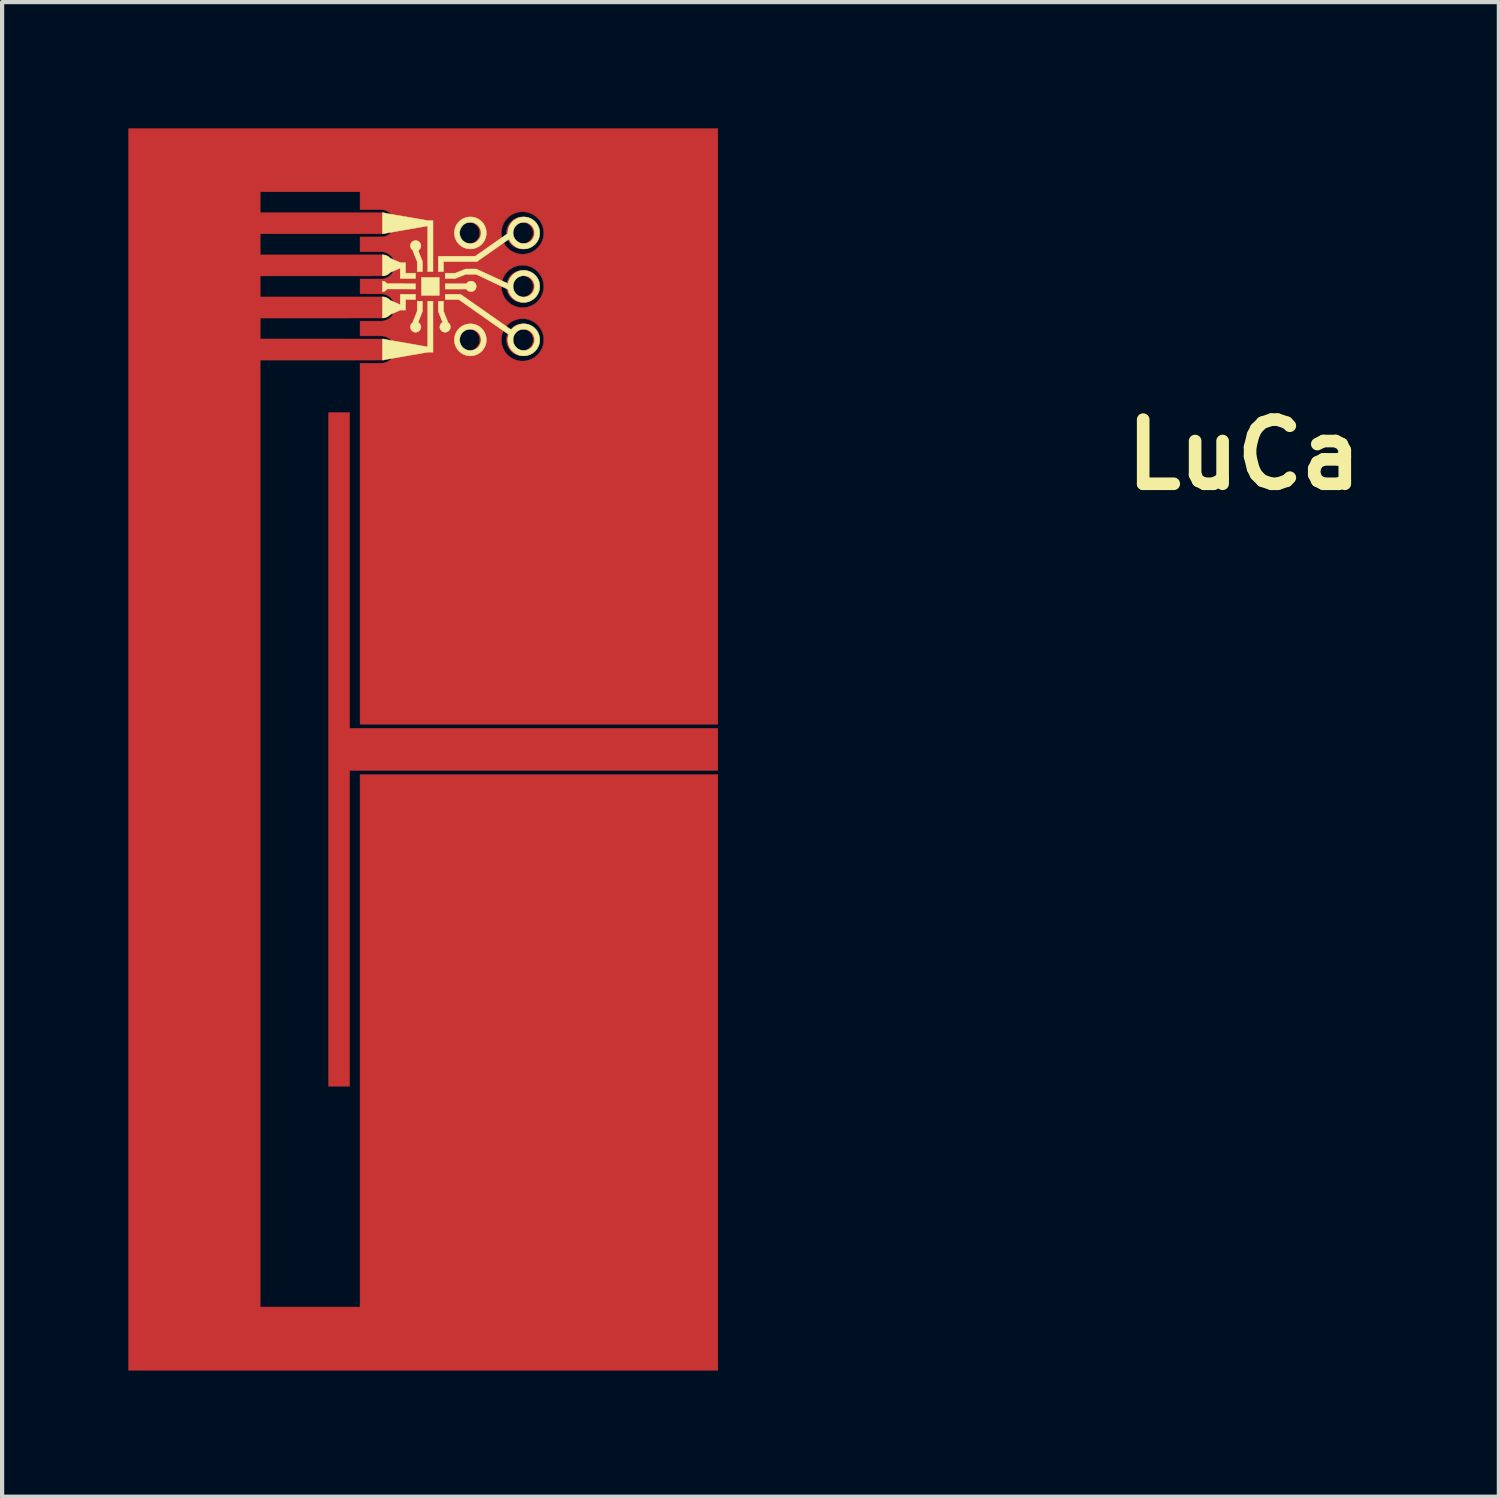
<source format=kicad_pcb>
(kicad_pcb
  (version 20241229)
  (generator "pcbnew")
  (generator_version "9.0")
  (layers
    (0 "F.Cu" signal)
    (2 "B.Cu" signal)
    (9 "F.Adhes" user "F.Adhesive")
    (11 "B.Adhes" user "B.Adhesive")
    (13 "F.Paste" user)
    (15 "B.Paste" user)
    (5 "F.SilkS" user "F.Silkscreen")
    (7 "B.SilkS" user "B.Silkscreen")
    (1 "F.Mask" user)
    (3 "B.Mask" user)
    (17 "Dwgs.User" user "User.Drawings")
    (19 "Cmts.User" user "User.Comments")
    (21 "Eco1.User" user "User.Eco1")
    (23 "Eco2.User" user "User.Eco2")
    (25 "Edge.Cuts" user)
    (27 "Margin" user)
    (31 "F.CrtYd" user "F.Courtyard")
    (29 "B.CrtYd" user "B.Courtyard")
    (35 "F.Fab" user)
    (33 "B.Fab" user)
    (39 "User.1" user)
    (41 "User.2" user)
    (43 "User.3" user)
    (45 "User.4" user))
  (footprint "LuCa"
    (layer "F.Cu")
    (at 7.004 14.754)
    (property "Reference" "LuCa" (at 19.5 -7 0) (layer "F.SilkS") (effects (font (size 1.524 1.524) (thickness 0.3))))
    (attr through_hole)
    (fp_poly (pts (xy -1.749 -0.5) (xy 7 -0.5) (xy 7 0.5) (xy -1.749 0.5) (xy -1.749 8.001) (xy -2.249 8.001) (xy -2.249 -8.001) (xy -1.749 -8.001) (xy -1.749 -0.5)) (stroke (width 0.01) (type solid)) (fill yes) (layer "F.Cu"))
    (fp_poly (pts (xy 2.389 -11.379) (xy 2.419 -11.375) (xy 2.449 -11.369) (xy 2.478 -11.361) (xy 2.499 -11.354) (xy 2.527 -11.341) (xy 2.554 -11.327) (xy 2.58 -11.31) (xy 2.604 -11.292) (xy 2.626 -11.271) (xy 2.647 -11.249) (xy 2.666 -11.226) (xy 2.683 -11.201) (xy 2.698 -11.175) (xy 2.711 -11.147) (xy 2.722 -11.118) (xy 2.73 -11.088) (xy 2.73 -11.087) (xy 2.733 -11.075) (xy 2.735 -11.064) (xy 2.737 -11.053) (xy 2.738 -11.042) (xy 2.739 -11.031) (xy 2.74 -11.018) (xy 2.74 -11.003) (xy 2.74 -11) (xy 2.74 -10.986) (xy 2.739 -10.974) (xy 2.739 -10.964) (xy 2.738 -10.955) (xy 2.737 -10.946) (xy 2.736 -10.937) (xy 2.734 -10.927) (xy 2.732 -10.92) (xy 2.724 -10.889) (xy 2.714 -10.86) (xy 2.702 -10.832) (xy 2.687 -10.805) (xy 2.671 -10.779) (xy 2.652 -10.755) (xy 2.631 -10.732) (xy 2.609 -10.711) (xy 2.59 -10.696) (xy 2.565 -10.678) (xy 2.538 -10.663) (xy 2.51 -10.65) (xy 2.481 -10.639) (xy 2.452 -10.63) (xy 2.421 -10.624) (xy 2.402 -10.621) (xy 2.393 -10.62) (xy 2.382 -10.62) (xy 2.37 -10.619) (xy 2.357 -10.619) (xy 2.344 -10.62) (xy 2.332 -10.62) (xy 2.322 -10.621) (xy 2.316 -10.621) (xy 2.286 -10.626) (xy 2.256 -10.633) (xy 2.227 -10.643) (xy 2.199 -10.655) (xy 2.172 -10.669) (xy 2.146 -10.685) (xy 2.122 -10.703) (xy 2.099 -10.723) (xy 2.078 -10.744) (xy 2.058 -10.768) (xy 2.04 -10.793) (xy 2.027 -10.816) (xy 2.013 -10.843) (xy 2.002 -10.871) (xy 1.993 -10.9) (xy 1.986 -10.929) (xy 1.982 -10.959) (xy 1.98 -10.99) (xy 1.98 -10.99) (xy 2.106 -10.99) (xy 2.108 -10.965) (xy 2.113 -10.941) (xy 2.12 -10.917) (xy 2.129 -10.894) (xy 2.141 -10.871) (xy 2.144 -10.866) (xy 2.157 -10.847) (xy 2.172 -10.829) (xy 2.188 -10.813) (xy 2.206 -10.797) (xy 2.225 -10.784) (xy 2.232 -10.78) (xy 2.254 -10.768) (xy 2.277 -10.759) (xy 2.3 -10.752) (xy 2.325 -10.748) (xy 2.349 -10.745) (xy 2.374 -10.745) (xy 2.385 -10.746) (xy 2.41 -10.75) (xy 2.434 -10.756) (xy 2.457 -10.764) (xy 2.479 -10.775) (xy 2.5 -10.787) (xy 2.52 -10.802) (xy 2.538 -10.818) (xy 2.555 -10.836) (xy 2.57 -10.855) (xy 2.582 -10.876) (xy 2.593 -10.898) (xy 2.601 -10.917) (xy 2.608 -10.942) (xy 2.612 -10.966) (xy 2.614 -10.991) (xy 2.614 -11.016) (xy 2.611 -11.041) (xy 2.606 -11.065) (xy 2.598 -11.089) (xy 2.588 -11.112) (xy 2.585 -11.118) (xy 2.572 -11.14) (xy 2.557 -11.16) (xy 2.541 -11.178) (xy 2.522 -11.195) (xy 2.503 -11.21) (xy 2.481 -11.223) (xy 2.459 -11.233) (xy 2.436 -11.242) (xy 2.422 -11.246) (xy 2.398 -11.251) (xy 2.373 -11.253) (xy 2.349 -11.253) (xy 2.324 -11.251) (xy 2.3 -11.246) (xy 2.299 -11.246) (xy 2.274 -11.239) (xy 2.251 -11.229) (xy 2.229 -11.217) (xy 2.208 -11.203) (xy 2.189 -11.187) (xy 2.184 -11.182) (xy 2.168 -11.165) (xy 2.154 -11.148) (xy 2.142 -11.129) (xy 2.132 -11.111) (xy 2.122 -11.088) (xy 2.114 -11.064) (xy 2.109 -11.039) (xy 2.106 -11.015) (xy 2.106 -10.99) (xy 1.98 -10.99) (xy 1.98 -11.02) (xy 1.983 -11.05) (xy 1.985 -11.063) (xy 1.991 -11.093) (xy 2 -11.122) (xy 2.011 -11.15) (xy 2.024 -11.177) (xy 2.039 -11.203) (xy 2.056 -11.228) (xy 2.075 -11.251) (xy 2.096 -11.273) (xy 2.118 -11.293) (xy 2.142 -11.311) (xy 2.167 -11.327) (xy 2.194 -11.342) (xy 2.222 -11.354) (xy 2.24 -11.36) (xy 2.269 -11.369) (xy 2.298 -11.375) (xy 2.328 -11.378) (xy 2.359 -11.38) (xy 2.389 -11.379)) (stroke (width 0.01) (type solid)) (fill yes) (layer "F.Cu"))
    (fp_poly (pts (xy 2.394 -12.648) (xy 2.423 -12.644) (xy 2.452 -12.638) (xy 2.481 -12.63) (xy 2.509 -12.62) (xy 2.536 -12.607) (xy 2.562 -12.592) (xy 2.587 -12.575) (xy 2.61 -12.556) (xy 2.633 -12.535) (xy 2.654 -12.511) (xy 2.672 -12.487) (xy 2.689 -12.461) (xy 2.703 -12.434) (xy 2.715 -12.406) (xy 2.725 -12.377) (xy 2.733 -12.346) (xy 2.737 -12.323) (xy 2.738 -12.314) (xy 2.739 -12.302) (xy 2.74 -12.29) (xy 2.74 -12.276) (xy 2.74 -12.262) (xy 2.74 -12.249) (xy 2.739 -12.237) (xy 2.738 -12.226) (xy 2.738 -12.219) (xy 2.732 -12.187) (xy 2.724 -12.157) (xy 2.713 -12.128) (xy 2.701 -12.1) (xy 2.686 -12.073) (xy 2.67 -12.048) (xy 2.651 -12.024) (xy 2.631 -12.002) (xy 2.609 -11.981) (xy 2.585 -11.962) (xy 2.559 -11.945) (xy 2.532 -11.93) (xy 2.528 -11.928) (xy 2.507 -11.918) (xy 2.488 -11.911) (xy 2.467 -11.904) (xy 2.454 -11.901) (xy 2.441 -11.897) (xy 2.43 -11.895) (xy 2.419 -11.893) (xy 2.408 -11.892) (xy 2.396 -11.891) (xy 2.384 -11.89) (xy 2.369 -11.89) (xy 2.365 -11.89) (xy 2.356 -11.89) (xy 2.347 -11.89) (xy 2.34 -11.89) (xy 2.333 -11.89) (xy 2.329 -11.89) (xy 2.327 -11.89) (xy 2.299 -11.894) (xy 2.274 -11.899) (xy 2.251 -11.905) (xy 2.228 -11.912) (xy 2.206 -11.921) (xy 2.197 -11.925) (xy 2.169 -11.94) (xy 2.143 -11.957) (xy 2.119 -11.975) (xy 2.096 -11.995) (xy 2.075 -12.017) (xy 2.056 -12.041) (xy 2.039 -12.065) (xy 2.024 -12.092) (xy 2.011 -12.119) (xy 2 -12.148) (xy 1.991 -12.177) (xy 1.985 -12.208) (xy 1.984 -12.215) (xy 1.982 -12.227) (xy 1.981 -12.24) (xy 1.98 -12.255) (xy 1.98 -12.261) (xy 2.106 -12.261) (xy 2.108 -12.237) (xy 2.112 -12.213) (xy 2.119 -12.189) (xy 2.128 -12.166) (xy 2.139 -12.144) (xy 2.153 -12.123) (xy 2.166 -12.105) (xy 2.183 -12.087) (xy 2.201 -12.071) (xy 2.221 -12.057) (xy 2.242 -12.044) (xy 2.264 -12.034) (xy 2.287 -12.026) (xy 2.311 -12.02) (xy 2.335 -12.016) (xy 2.36 -12.015) (xy 2.384 -12.016) (xy 2.385 -12.016) (xy 2.41 -12.02) (xy 2.434 -12.026) (xy 2.457 -12.034) (xy 2.479 -12.045) (xy 2.5 -12.057) (xy 2.52 -12.072) (xy 2.539 -12.088) (xy 2.555 -12.106) (xy 2.561 -12.114) (xy 2.576 -12.135) (xy 2.588 -12.157) (xy 2.598 -12.18) (xy 2.606 -12.204) (xy 2.609 -12.218) (xy 2.613 -12.243) (xy 2.614 -12.268) (xy 2.613 -12.292) (xy 2.61 -12.317) (xy 2.604 -12.341) (xy 2.596 -12.364) (xy 2.585 -12.387) (xy 2.573 -12.409) (xy 2.558 -12.429) (xy 2.547 -12.442) (xy 2.534 -12.454) (xy 2.52 -12.467) (xy 2.505 -12.478) (xy 2.49 -12.488) (xy 2.487 -12.49) (xy 2.465 -12.501) (xy 2.442 -12.51) (xy 2.418 -12.517) (xy 2.394 -12.521) (xy 2.369 -12.523) (xy 2.345 -12.523) (xy 2.32 -12.52) (xy 2.298 -12.516) (xy 2.274 -12.508) (xy 2.251 -12.499) (xy 2.229 -12.487) (xy 2.209 -12.473) (xy 2.189 -12.457) (xy 2.184 -12.452) (xy 2.168 -12.436) (xy 2.154 -12.418) (xy 2.142 -12.4) (xy 2.132 -12.381) (xy 2.122 -12.358) (xy 2.115 -12.334) (xy 2.109 -12.31) (xy 2.106 -12.286) (xy 2.106 -12.261) (xy 1.98 -12.261) (xy 1.98 -12.27) (xy 1.98 -12.284) (xy 1.981 -12.296) (xy 1.981 -12.301) (xy 1.985 -12.331) (xy 1.991 -12.361) (xy 1.999 -12.39) (xy 2.002 -12.398) (xy 2.006 -12.408) (xy 2.011 -12.42) (xy 2.017 -12.433) (xy 2.024 -12.446) (xy 2.03 -12.458) (xy 2.036 -12.469) (xy 2.042 -12.478) (xy 2.042 -12.478) (xy 2.061 -12.504) (xy 2.081 -12.527) (xy 2.103 -12.549) (xy 2.126 -12.569) (xy 2.151 -12.587) (xy 2.177 -12.603) (xy 2.205 -12.616) (xy 2.216 -12.621) (xy 2.245 -12.632) (xy 2.275 -12.64) (xy 2.304 -12.646) (xy 2.334 -12.649) (xy 2.364 -12.65) (xy 2.394 -12.648)) (stroke (width 0.01) (type solid)) (fill yes) (layer "F.Cu"))
    (fp_poly (pts (xy 2.389 -10.109) (xy 2.419 -10.105) (xy 2.449 -10.099) (xy 2.478 -10.091) (xy 2.499 -10.084) (xy 2.527 -10.071) (xy 2.554 -10.057) (xy 2.58 -10.04) (xy 2.604 -10.022) (xy 2.626 -10.001) (xy 2.647 -9.979) (xy 2.666 -9.956) (xy 2.683 -9.931) (xy 2.698 -9.905) (xy 2.711 -9.877) (xy 2.722 -9.848) (xy 2.73 -9.818) (xy 2.73 -9.817) (xy 2.733 -9.805) (xy 2.735 -9.794) (xy 2.737 -9.783) (xy 2.738 -9.772) (xy 2.739 -9.761) (xy 2.74 -9.748) (xy 2.74 -9.733) (xy 2.74 -9.73) (xy 2.74 -9.716) (xy 2.739 -9.704) (xy 2.739 -9.694) (xy 2.738 -9.685) (xy 2.737 -9.676) (xy 2.736 -9.667) (xy 2.734 -9.657) (xy 2.733 -9.652) (xy 2.725 -9.621) (xy 2.715 -9.592) (xy 2.703 -9.565) (xy 2.689 -9.538) (xy 2.673 -9.513) (xy 2.655 -9.489) (xy 2.636 -9.467) (xy 2.615 -9.446) (xy 2.592 -9.428) (xy 2.568 -9.41) (xy 2.542 -9.395) (xy 2.515 -9.382) (xy 2.488 -9.371) (xy 2.459 -9.362) (xy 2.429 -9.355) (xy 2.398 -9.351) (xy 2.397 -9.351) (xy 2.392 -9.35) (xy 2.385 -9.35) (xy 2.377 -9.35) (xy 2.368 -9.35) (xy 2.359 -9.349) (xy 2.35 -9.349) (xy 2.342 -9.35) (xy 2.335 -9.35) (xy 2.33 -9.35) (xy 2.328 -9.35) (xy 2.325 -9.35) (xy 2.321 -9.351) (xy 2.315 -9.352) (xy 2.313 -9.352) (xy 2.293 -9.355) (xy 2.273 -9.359) (xy 2.252 -9.365) (xy 2.232 -9.371) (xy 2.217 -9.377) (xy 2.189 -9.39) (xy 2.162 -9.404) (xy 2.137 -9.421) (xy 2.113 -9.44) (xy 2.091 -9.461) (xy 2.07 -9.483) (xy 2.051 -9.507) (xy 2.035 -9.532) (xy 2.02 -9.559) (xy 2.007 -9.587) (xy 2 -9.606) (xy 1.992 -9.636) (xy 1.985 -9.666) (xy 1.981 -9.696) (xy 1.98 -9.717) (xy 2.106 -9.717) (xy 2.109 -9.693) (xy 2.113 -9.669) (xy 2.121 -9.645) (xy 2.13 -9.621) (xy 2.142 -9.599) (xy 2.144 -9.596) (xy 2.157 -9.577) (xy 2.172 -9.559) (xy 2.189 -9.542) (xy 2.207 -9.527) (xy 2.226 -9.513) (xy 2.246 -9.502) (xy 2.254 -9.499) (xy 2.269 -9.492) (xy 2.285 -9.487) (xy 2.302 -9.482) (xy 2.319 -9.478) (xy 2.334 -9.476) (xy 2.346 -9.476) (xy 2.359 -9.475) (xy 2.372 -9.475) (xy 2.385 -9.476) (xy 2.385 -9.476) (xy 2.41 -9.48) (xy 2.434 -9.486) (xy 2.458 -9.495) (xy 2.48 -9.505) (xy 2.502 -9.518) (xy 2.521 -9.533) (xy 2.54 -9.55) (xy 2.557 -9.568) (xy 2.572 -9.589) (xy 2.575 -9.593) (xy 2.586 -9.613) (xy 2.596 -9.634) (xy 2.603 -9.656) (xy 2.609 -9.679) (xy 2.613 -9.702) (xy 2.614 -9.725) (xy 2.614 -9.747) (xy 2.614 -9.748) (xy 2.61 -9.774) (xy 2.605 -9.799) (xy 2.597 -9.822) (xy 2.587 -9.845) (xy 2.575 -9.866) (xy 2.56 -9.886) (xy 2.543 -9.906) (xy 2.541 -9.908) (xy 2.522 -9.925) (xy 2.503 -9.94) (xy 2.482 -9.952) (xy 2.46 -9.963) (xy 2.438 -9.971) (xy 2.415 -9.978) (xy 2.391 -9.982) (xy 2.368 -9.983) (xy 2.344 -9.983) (xy 2.32 -9.98) (xy 2.297 -9.976) (xy 2.274 -9.968) (xy 2.251 -9.959) (xy 2.23 -9.947) (xy 2.209 -9.933) (xy 2.208 -9.933) (xy 2.191 -9.919) (xy 2.174 -9.903) (xy 2.16 -9.885) (xy 2.146 -9.866) (xy 2.135 -9.847) (xy 2.131 -9.839) (xy 2.121 -9.815) (xy 2.114 -9.791) (xy 2.109 -9.767) (xy 2.106 -9.742) (xy 2.106 -9.717) (xy 1.98 -9.717) (xy 1.98 -9.727) (xy 1.981 -9.758) (xy 1.984 -9.788) (xy 1.985 -9.793) (xy 1.991 -9.823) (xy 2 -9.852) (xy 2.011 -9.88) (xy 2.024 -9.908) (xy 2.039 -9.933) (xy 2.056 -9.958) (xy 2.075 -9.981) (xy 2.096 -10.003) (xy 2.118 -10.023) (xy 2.142 -10.041) (xy 2.167 -10.057) (xy 2.194 -10.072) (xy 2.222 -10.084) (xy 2.239 -10.09) (xy 2.268 -10.099) (xy 2.298 -10.105) (xy 2.328 -10.108) (xy 2.359 -10.11) (xy 2.389 -10.109)) (stroke (width 0.01) (type solid)) (fill yes) (layer "F.Cu"))
    (fp_poly (pts (xy 7 -0.599) (xy -1.5 -0.599) (xy -1.5 -9.175) (xy -1.239 -9.175) (xy -1.206 -9.175) (xy -1.175 -9.175) (xy -1.146 -9.175) (xy -1.119 -9.175) (xy -1.094 -9.175) (xy -1.071 -9.176) (xy -1.05 -9.176) (xy -1.031 -9.176) (xy -1.015 -9.176) (xy -1.001 -9.176) (xy -0.989 -9.176) (xy -0.98 -9.176) (xy -0.973 -9.176) (xy -0.969 -9.176) (xy -0.967 -9.177) (xy -0.938 -9.181) (xy -0.911 -9.187) (xy -0.884 -9.196) (xy -0.859 -9.207) (xy -0.839 -9.217) (xy -0.814 -9.233) (xy -0.792 -9.25) (xy -0.771 -9.269) (xy -0.752 -9.29) (xy -0.734 -9.312) (xy -0.719 -9.336) (xy -0.709 -9.356) (xy -0.702 -9.37) (xy -0.697 -9.382) (xy -0.693 -9.393) (xy -0.689 -9.405) (xy -0.685 -9.418) (xy -0.685 -9.418) (xy -0.679 -9.447) (xy -0.676 -9.475) (xy -0.675 -9.503) (xy -0.676 -9.532) (xy -0.681 -9.56) (xy -0.685 -9.578) (xy -0.693 -9.605) (xy -0.703 -9.631) (xy -0.715 -9.656) (xy -0.73 -9.68) (xy -0.746 -9.702) (xy -0.764 -9.723) (xy -0.777 -9.736) (xy 0.836 -9.736) (xy 0.837 -9.712) (xy 0.837 -9.712) (xy 0.838 -9.699) (xy 0.84 -9.688) (xy 0.842 -9.676) (xy 0.844 -9.665) (xy 0.845 -9.662) (xy 0.853 -9.638) (xy 0.863 -9.616) (xy 0.875 -9.595) (xy 0.889 -9.574) (xy 0.905 -9.556) (xy 0.923 -9.539) (xy 0.942 -9.523) (xy 0.963 -9.51) (xy 0.982 -9.499) (xy 0.996 -9.493) (xy 1.012 -9.488) (xy 1.029 -9.483) (xy 1.046 -9.479) (xy 1.061 -9.477) (xy 1.064 -9.476) (xy 1.076 -9.476) (xy 1.089 -9.475) (xy 1.102 -9.475) (xy 1.115 -9.476) (xy 1.115 -9.476) (xy 1.14 -9.48) (xy 1.164 -9.486) (xy 1.187 -9.494) (xy 1.209 -9.505) (xy 1.23 -9.517) (xy 1.25 -9.532) (xy 1.268 -9.548) (xy 1.285 -9.566) (xy 1.299 -9.585) (xy 1.312 -9.606) (xy 1.323 -9.628) (xy 1.331 -9.647) (xy 1.338 -9.672) (xy 1.342 -9.697) (xy 1.344 -9.721) (xy 1.344 -9.739) (xy 1.856 -9.739) (xy 1.857 -9.704) (xy 1.86 -9.669) (xy 1.865 -9.635) (xy 1.873 -9.6) (xy 1.881 -9.573) (xy 1.893 -9.539) (xy 1.908 -9.507) (xy 1.925 -9.476) (xy 1.943 -9.446) (xy 1.964 -9.417) (xy 1.987 -9.39) (xy 2.012 -9.365) (xy 2.039 -9.341) (xy 2.067 -9.319) (xy 2.073 -9.315) (xy 2.102 -9.296) (xy 2.133 -9.279) (xy 2.165 -9.264) (xy 2.198 -9.252) (xy 2.232 -9.242) (xy 2.267 -9.234) (xy 2.303 -9.228) (xy 2.325 -9.226) (xy 2.333 -9.226) (xy 2.342 -9.226) (xy 2.352 -9.225) (xy 2.363 -9.225) (xy 2.375 -9.226) (xy 2.386 -9.226) (xy 2.396 -9.226) (xy 2.405 -9.227) (xy 2.41 -9.227) (xy 2.446 -9.232) (xy 2.481 -9.24) (xy 2.515 -9.25) (xy 2.549 -9.262) (xy 2.581 -9.276) (xy 2.613 -9.293) (xy 2.643 -9.312) (xy 2.672 -9.333) (xy 2.676 -9.336) (xy 2.684 -9.343) (xy 2.693 -9.351) (xy 2.703 -9.36) (xy 2.713 -9.37) (xy 2.723 -9.38) (xy 2.733 -9.39) (xy 2.741 -9.4) (xy 2.749 -9.408) (xy 2.75 -9.41) (xy 2.772 -9.438) (xy 2.791 -9.468) (xy 2.809 -9.499) (xy 2.824 -9.531) (xy 2.836 -9.563) (xy 2.847 -9.597) (xy 2.855 -9.63) (xy 2.86 -9.664) (xy 2.864 -9.699) (xy 2.864 -9.734) (xy 2.863 -9.768) (xy 2.859 -9.803) (xy 2.853 -9.838) (xy 2.844 -9.872) (xy 2.836 -9.895) (xy 2.824 -9.928) (xy 2.809 -9.96) (xy 2.792 -9.99) (xy 2.773 -10.019) (xy 2.752 -10.047) (xy 2.729 -10.073) (xy 2.705 -10.097) (xy 2.679 -10.12) (xy 2.652 -10.141) (xy 2.623 -10.16) (xy 2.593 -10.177) (xy 2.562 -10.191) (xy 2.53 -10.204) (xy 2.496 -10.215) (xy 2.462 -10.223) (xy 2.447 -10.226) (xy 2.436 -10.228) (xy 2.427 -10.229) (xy 2.419 -10.23) (xy 2.412 -10.231) (xy 2.404 -10.232) (xy 2.395 -10.232) (xy 2.385 -10.232) (xy 2.374 -10.232) (xy 2.361 -10.233) (xy 2.36 -10.233) (xy 2.345 -10.232) (xy 2.333 -10.232) (xy 2.322 -10.232) (xy 2.312 -10.231) (xy 2.303 -10.231) (xy 2.294 -10.229) (xy 2.285 -10.228) (xy 2.274 -10.226) (xy 2.263 -10.224) (xy 2.261 -10.224) (xy 2.226 -10.215) (xy 2.193 -10.205) (xy 2.16 -10.192) (xy 2.128 -10.177) (xy 2.097 -10.159) (xy 2.068 -10.14) (xy 2.039 -10.118) (xy 2.013 -10.095) (xy 2.005 -10.087) (xy 1.994 -10.076) (xy 1.984 -10.065) (xy 1.975 -10.054) (xy 1.965 -10.043) (xy 1.956 -10.031) (xy 1.936 -10.002) (xy 1.918 -9.971) (xy 1.902 -9.94) (xy 1.889 -9.908) (xy 1.878 -9.875) (xy 1.869 -9.842) (xy 1.862 -9.808) (xy 1.858 -9.773) (xy 1.856 -9.739) (xy 1.344 -9.739) (xy 1.344 -9.746) (xy 1.341 -9.771) (xy 1.336 -9.795) (xy 1.328 -9.819) (xy 1.318 -9.842) (xy 1.315 -9.848) (xy 1.302 -9.87) (xy 1.287 -9.89) (xy 1.27 -9.909) (xy 1.252 -9.926) (xy 1.231 -9.941) (xy 1.21 -9.954) (xy 1.202 -9.958) (xy 1.179 -9.967) (xy 1.156 -9.975) (xy 1.132 -9.98) (xy 1.107 -9.983) (xy 1.083 -9.983) (xy 1.059 -9.982) (xy 1.035 -9.977) (xy 1.011 -9.971) (xy 0.988 -9.962) (xy 0.966 -9.951) (xy 0.945 -9.938) (xy 0.937 -9.932) (xy 0.93 -9.927) (xy 0.923 -9.92) (xy 0.914 -9.912) (xy 0.906 -9.904) (xy 0.899 -9.897) (xy 0.894 -9.891) (xy 0.879 -9.871) (xy 0.867 -9.85) (xy 0.857 -9.829) (xy 0.848 -9.806) (xy 0.842 -9.783) (xy 0.838 -9.759) (xy 0.836 -9.736) (xy -0.777 -9.736) (xy -0.784 -9.742) (xy -0.805 -9.759) (xy -0.828 -9.775) (xy -0.852 -9.788) (xy -0.877 -9.8) (xy -0.904 -9.809) (xy -0.928 -9.816) (xy -0.932 -9.817) (xy -0.936 -9.817) (xy -0.939 -9.818) (xy -0.942 -9.819) (xy -0.945 -9.819) (xy -0.948 -9.82) (xy -0.952 -9.821) (xy -0.956 -9.821) (xy -0.96 -9.821) (xy -0.965 -9.822) (xy -0.97 -9.822) (xy -0.976 -9.822) (xy -0.983 -9.823) (xy -0.991 -9.823) (xy -1 -9.823) (xy -1.011 -9.823) (xy -1.022 -9.823) (xy -1.036 -9.823) (xy -1.05 -9.823) (xy -1.066 -9.824) (xy -1.085 -9.824) (xy -1.104 -9.824) (xy -1.126 -9.824) (xy -1.15 -9.824) (xy -1.177 -9.824) (xy -1.205 -9.824) (xy -1.236 -9.824) (xy -1.5 -9.824) (xy -1.5 -10.175) (xy -1.245 -10.175) (xy -1.209 -10.175) (xy -1.176 -10.175) (xy -1.145 -10.175) (xy -1.117 -10.175) (xy -1.092 -10.175) (xy -1.069 -10.175) (xy -1.048 -10.175) (xy -1.03 -10.175) (xy -1.014 -10.175) (xy -1.001 -10.175) (xy -0.99 -10.176) (xy -0.982 -10.176) (xy -0.976 -10.176) (xy -0.973 -10.176) (xy -0.945 -10.18) (xy -0.917 -10.186) (xy -0.89 -10.194) (xy -0.864 -10.205) (xy -0.839 -10.218) (xy -0.815 -10.232) (xy -0.793 -10.249) (xy -0.772 -10.268) (xy -0.752 -10.289) (xy -0.735 -10.312) (xy -0.727 -10.323) (xy -0.713 -10.346) (xy -0.701 -10.371) (xy -0.692 -10.397) (xy -0.684 -10.425) (xy -0.678 -10.452) (xy -0.677 -10.457) (xy -0.676 -10.466) (xy -0.676 -10.476) (xy -0.675 -10.487) (xy -0.675 -10.499) (xy -0.675 -10.51) (xy -0.676 -10.521) (xy -0.676 -10.531) (xy -0.677 -10.537) (xy -0.682 -10.566) (xy -0.689 -10.595) (xy -0.699 -10.622) (xy -0.711 -10.647) (xy -0.725 -10.672) (xy -0.741 -10.695) (xy -0.759 -10.717) (xy -0.77 -10.728) (xy -0.791 -10.748) (xy -0.813 -10.765) (xy -0.837 -10.78) (xy -0.862 -10.793) (xy -0.889 -10.804) (xy -0.917 -10.813) (xy -0.946 -10.819) (xy -0.954 -10.821) (xy -0.956 -10.821) (xy -0.958 -10.821) (xy -0.96 -10.822) (xy -0.963 -10.822) (xy -0.967 -10.822) (xy -0.971 -10.822) (xy -0.976 -10.822) (xy -0.982 -10.822) (xy -0.988 -10.822) (xy -0.996 -10.823) (xy -1.006 -10.823) (xy -1.016 -10.823) (xy -1.028 -10.823) (xy -1.042 -10.823) (xy -1.057 -10.823) (xy -1.074 -10.823) (xy -1.093 -10.823) (xy -1.114 -10.823) (xy -1.137 -10.823) (xy -1.162 -10.823) (xy -1.189 -10.823) (xy -1.219 -10.823) (xy -1.233 -10.823) (xy -1.5 -10.824) (xy -1.499 -11.016) (xy 1.856 -11.016) (xy 1.856 -10.982) (xy 1.859 -10.947) (xy 1.863 -10.913) (xy 1.871 -10.879) (xy 1.88 -10.845) (xy 1.881 -10.843) (xy 1.893 -10.81) (xy 1.908 -10.777) (xy 1.924 -10.746) (xy 1.943 -10.717) (xy 1.963 -10.689) (xy 1.985 -10.663) (xy 2.009 -10.638) (xy 2.034 -10.615) (xy 2.061 -10.594) (xy 2.089 -10.574) (xy 2.119 -10.557) (xy 2.149 -10.541) (xy 2.181 -10.528) (xy 2.214 -10.517) (xy 2.248 -10.508) (xy 2.283 -10.501) (xy 2.318 -10.497) (xy 2.325 -10.496) (xy 2.332 -10.496) (xy 2.341 -10.495) (xy 2.352 -10.495) (xy 2.364 -10.495) (xy 2.375 -10.496) (xy 2.387 -10.496) (xy 2.397 -10.496) (xy 2.406 -10.497) (xy 2.41 -10.497) (xy 2.445 -10.502) (xy 2.48 -10.51) (xy 2.515 -10.519) (xy 2.548 -10.532) (xy 2.581 -10.546) (xy 2.612 -10.562) (xy 2.642 -10.581) (xy 2.649 -10.586) (xy 2.665 -10.598) (xy 2.681 -10.611) (xy 2.698 -10.626) (xy 2.714 -10.641) (xy 2.73 -10.657) (xy 2.744 -10.672) (xy 2.754 -10.684) (xy 2.775 -10.713) (xy 2.794 -10.742) (xy 2.811 -10.773) (xy 2.825 -10.805) (xy 2.838 -10.837) (xy 2.848 -10.87) (xy 2.855 -10.904) (xy 2.861 -10.938) (xy 2.864 -10.972) (xy 2.864 -11.007) (xy 2.863 -11.041) (xy 2.859 -11.076) (xy 2.852 -11.11) (xy 2.843 -11.144) (xy 2.832 -11.177) (xy 2.825 -11.194) (xy 2.811 -11.226) (xy 2.794 -11.257) (xy 2.775 -11.286) (xy 2.754 -11.314) (xy 2.731 -11.34) (xy 2.707 -11.365) (xy 2.681 -11.388) (xy 2.654 -11.409) (xy 2.625 -11.428) (xy 2.595 -11.445) (xy 2.564 -11.461) (xy 2.532 -11.474) (xy 2.498 -11.484) (xy 2.464 -11.493) (xy 2.447 -11.496) (xy 2.436 -11.498) (xy 2.427 -11.499) (xy 2.419 -11.5) (xy 2.412 -11.501) (xy 2.404 -11.502) (xy 2.395 -11.502) (xy 2.385 -11.502) (xy 2.374 -11.502) (xy 2.361 -11.502) (xy 2.36 -11.502) (xy 2.345 -11.502) (xy 2.333 -11.502) (xy 2.322 -11.502) (xy 2.312 -11.501) (xy 2.303 -11.501) (xy 2.294 -11.499) (xy 2.285 -11.498) (xy 2.274 -11.496) (xy 2.263 -11.494) (xy 2.261 -11.494) (xy 2.226 -11.485) (xy 2.192 -11.475) (xy 2.16 -11.462) (xy 2.128 -11.447) (xy 2.097 -11.429) (xy 2.067 -11.41) (xy 2.039 -11.388) (xy 2.013 -11.364) (xy 2.005 -11.357) (xy 1.981 -11.331) (xy 1.959 -11.304) (xy 1.939 -11.276) (xy 1.921 -11.246) (xy 1.905 -11.215) (xy 1.891 -11.184) (xy 1.879 -11.151) (xy 1.87 -11.118) (xy 1.863 -11.085) (xy 1.859 -11.051) (xy 1.856 -11.016) (xy -1.499 -11.016) (xy -1.499 -11.175) (xy -1.23 -11.176) (xy -0.961 -11.176) (xy -0.946 -11.179) (xy -0.922 -11.184) (xy -0.899 -11.191) (xy -0.878 -11.199) (xy -0.857 -11.208) (xy -0.856 -11.209) (xy -0.83 -11.223) (xy -0.807 -11.238) (xy -0.785 -11.256) (xy -0.765 -11.275) (xy -0.746 -11.297) (xy -0.734 -11.312) (xy -0.719 -11.335) (xy -0.706 -11.36) (xy -0.695 -11.386) (xy -0.687 -11.412) (xy -0.68 -11.439) (xy -0.676 -11.467) (xy -0.675 -11.494) (xy -0.676 -11.522) (xy -0.679 -11.55) (xy -0.679 -11.554) (xy -0.686 -11.583) (xy -0.694 -11.61) (xy -0.705 -11.636) (xy -0.718 -11.661) (xy -0.733 -11.685) (xy -0.75 -11.707) (xy -0.769 -11.727) (xy -0.789 -11.746) (xy -0.812 -11.764) (xy -0.836 -11.779) (xy -0.857 -11.79) (xy -0.874 -11.798) (xy -0.892 -11.805) (xy -0.909 -11.811) (xy -0.929 -11.816) (xy -0.946 -11.82) (xy -0.961 -11.822) (xy -1.5 -11.823) (xy -1.5 -12.175) (xy -1.233 -12.175) (xy -1.203 -12.175) (xy -1.174 -12.175) (xy -1.148 -12.175) (xy -1.124 -12.175) (xy -1.102 -12.175) (xy -1.082 -12.175) (xy -1.064 -12.176) (xy -1.048 -12.176) (xy -1.033 -12.176) (xy -1.02 -12.176) (xy -1.009 -12.176) (xy -0.999 -12.176) (xy -0.989 -12.176) (xy -0.982 -12.176) (xy -0.975 -12.177) (xy -0.969 -12.177) (xy -0.963 -12.177) (xy -0.959 -12.177) (xy -0.955 -12.178) (xy -0.951 -12.178) (xy -0.948 -12.179) (xy -0.945 -12.179) (xy -0.942 -12.18) (xy -0.939 -12.18) (xy -0.936 -12.181) (xy -0.933 -12.182) (xy -0.929 -12.183) (xy -0.929 -12.183) (xy -0.903 -12.189) (xy -0.877 -12.199) (xy -0.852 -12.21) (xy -0.828 -12.224) (xy -0.805 -12.24) (xy -0.784 -12.257) (xy -0.77 -12.27) (xy -0.765 -12.275) (xy 0.836 -12.275) (xy 0.837 -12.25) (xy 0.84 -12.225) (xy 0.845 -12.202) (xy 0.853 -12.178) (xy 0.863 -12.156) (xy 0.875 -12.135) (xy 0.889 -12.114) (xy 0.905 -12.095) (xy 0.911 -12.09) (xy 0.929 -12.073) (xy 0.949 -12.058) (xy 0.971 -12.045) (xy 0.993 -12.035) (xy 1.016 -12.026) (xy 1.04 -12.02) (xy 1.064 -12.016) (xy 1.089 -12.015) (xy 1.114 -12.016) (xy 1.115 -12.016) (xy 1.14 -12.02) (xy 1.164 -12.026) (xy 1.188 -12.035) (xy 1.21 -12.045) (xy 1.229 -12.056) (xy 1.25 -12.071) (xy 1.268 -12.088) (xy 1.285 -12.105) (xy 1.299 -12.124) (xy 1.312 -12.145) (xy 1.323 -12.166) (xy 1.331 -12.188) (xy 1.338 -12.211) (xy 1.342 -12.234) (xy 1.344 -12.258) (xy 1.344 -12.265) (xy 1.856 -12.265) (xy 1.857 -12.23) (xy 1.861 -12.195) (xy 1.868 -12.161) (xy 1.877 -12.126) (xy 1.881 -12.113) (xy 1.893 -12.079) (xy 1.908 -12.047) (xy 1.925 -12.016) (xy 1.943 -11.986) (xy 1.964 -11.957) (xy 1.987 -11.93) (xy 2.012 -11.905) (xy 2.039 -11.881) (xy 2.059 -11.865) (xy 2.087 -11.845) (xy 2.117 -11.828) (xy 2.148 -11.812) (xy 2.18 -11.799) (xy 2.212 -11.787) (xy 2.246 -11.778) (xy 2.279 -11.771) (xy 2.314 -11.767) (xy 2.348 -11.765) (xy 2.382 -11.765) (xy 2.393 -11.766) (xy 2.43 -11.77) (xy 2.465 -11.776) (xy 2.5 -11.785) (xy 2.533 -11.796) (xy 2.566 -11.809) (xy 2.598 -11.824) (xy 2.629 -11.842) (xy 2.658 -11.863) (xy 2.677 -11.877) (xy 2.685 -11.884) (xy 2.695 -11.893) (xy 2.705 -11.902) (xy 2.716 -11.913) (xy 2.726 -11.923) (xy 2.736 -11.934) (xy 2.745 -11.944) (xy 2.753 -11.952) (xy 2.754 -11.954) (xy 2.775 -11.983) (xy 2.794 -12.012) (xy 2.811 -12.043) (xy 2.825 -12.075) (xy 2.838 -12.107) (xy 2.848 -12.14) (xy 2.855 -12.174) (xy 2.861 -12.208) (xy 2.864 -12.242) (xy 2.864 -12.277) (xy 2.863 -12.311) (xy 2.859 -12.345) (xy 2.852 -12.38) (xy 2.843 -12.413) (xy 2.832 -12.447) (xy 2.825 -12.464) (xy 2.811 -12.496) (xy 2.794 -12.526) (xy 2.775 -12.556) (xy 2.754 -12.584) (xy 2.732 -12.61) (xy 2.707 -12.635) (xy 2.682 -12.658) (xy 2.654 -12.679) (xy 2.626 -12.698) (xy 2.596 -12.715) (xy 2.565 -12.73) (xy 2.533 -12.743) (xy 2.5 -12.754) (xy 2.466 -12.762) (xy 2.447 -12.766) (xy 2.437 -12.768) (xy 2.428 -12.769) (xy 2.419 -12.77) (xy 2.412 -12.771) (xy 2.404 -12.772) (xy 2.395 -12.772) (xy 2.386 -12.772) (xy 2.375 -12.772) (xy 2.361 -12.772) (xy 2.36 -12.772) (xy 2.345 -12.772) (xy 2.333 -12.772) (xy 2.322 -12.772) (xy 2.313 -12.771) (xy 2.304 -12.771) (xy 2.295 -12.769) (xy 2.286 -12.768) (xy 2.276 -12.766) (xy 2.266 -12.765) (xy 2.232 -12.757) (xy 2.198 -12.746) (xy 2.165 -12.734) (xy 2.133 -12.719) (xy 2.103 -12.703) (xy 2.073 -12.684) (xy 2.045 -12.663) (xy 2.019 -12.64) (xy 1.994 -12.616) (xy 1.971 -12.589) (xy 1.95 -12.562) (xy 1.93 -12.532) (xy 1.913 -12.502) (xy 1.898 -12.47) (xy 1.885 -12.437) (xy 1.874 -12.403) (xy 1.866 -12.369) (xy 1.86 -12.335) (xy 1.857 -12.3) (xy 1.856 -12.265) (xy 1.344 -12.265) (xy 1.344 -12.282) (xy 1.342 -12.305) (xy 1.337 -12.329) (xy 1.33 -12.353) (xy 1.321 -12.376) (xy 1.315 -12.388) (xy 1.302 -12.41) (xy 1.287 -12.43) (xy 1.271 -12.448) (xy 1.252 -12.465) (xy 1.233 -12.48) (xy 1.211 -12.493) (xy 1.189 -12.503) (xy 1.166 -12.512) (xy 1.152 -12.516) (xy 1.128 -12.521) (xy 1.104 -12.523) (xy 1.079 -12.523) (xy 1.054 -12.521) (xy 1.031 -12.516) (xy 1.028 -12.516) (xy 1.004 -12.508) (xy 0.981 -12.499) (xy 0.959 -12.487) (xy 0.939 -12.473) (xy 0.919 -12.457) (xy 0.915 -12.452) (xy 0.897 -12.434) (xy 0.882 -12.414) (xy 0.869 -12.393) (xy 0.858 -12.371) (xy 0.849 -12.349) (xy 0.842 -12.324) (xy 0.838 -12.3) (xy 0.836 -12.275) (xy -0.765 -12.275) (xy -0.751 -12.291) (xy -0.733 -12.314) (xy -0.718 -12.337) (xy -0.705 -12.362) (xy -0.694 -12.389) (xy -0.686 -12.416) (xy -0.679 -12.445) (xy -0.677 -12.462) (xy -0.676 -12.47) (xy -0.675 -12.48) (xy -0.675 -12.491) (xy -0.675 -12.503) (xy -0.675 -12.514) (xy -0.676 -12.525) (xy -0.677 -12.535) (xy -0.677 -12.541) (xy -0.683 -12.57) (xy -0.69 -12.598) (xy -0.701 -12.625) (xy -0.713 -12.651) (xy -0.727 -12.676) (xy -0.744 -12.699) (xy -0.748 -12.704) (xy -0.752 -12.709) (xy -0.758 -12.716) (xy -0.765 -12.723) (xy -0.771 -12.729) (xy -0.774 -12.732) (xy -0.795 -12.751) (xy -0.818 -12.768) (xy -0.842 -12.783) (xy -0.867 -12.795) (xy -0.894 -12.806) (xy -0.921 -12.814) (xy -0.949 -12.82) (xy -0.973 -12.822) (xy -0.977 -12.823) (xy -0.983 -12.823) (xy -0.991 -12.823) (xy -1.002 -12.823) (xy -1.015 -12.823) (xy -1.031 -12.823) (xy -1.049 -12.823) (xy -1.07 -12.824) (xy -1.093 -12.824) (xy -1.119 -12.824) (xy -1.147 -12.824) (xy -1.178 -12.824) (xy -1.212 -12.824) (xy -1.245 -12.824) (xy -1.5 -12.824) (xy -1.5 -13.248) (xy -3.873 -13.248) (xy -3.873 -12.75) (xy -2.423 -12.75) (xy -2.35 -12.75) (xy -2.279 -12.75) (xy -2.211 -12.75) (xy -2.145 -12.75) (xy -2.081 -12.75) (xy -2.02 -12.75) (xy -1.961 -12.75) (xy -1.904 -12.75) (xy -1.85 -12.75) (xy -1.797 -12.75) (xy -1.747 -12.75) (xy -1.699 -12.75) (xy -1.652 -12.75) (xy -1.608 -12.75) (xy -1.566 -12.749) (xy -1.525 -12.749) (xy -1.487 -12.749) (xy -1.45 -12.749) (xy -1.415 -12.749) (xy -1.382 -12.749) (xy -1.35 -12.749) (xy -1.32 -12.749) (xy -1.292 -12.749) (xy -1.265 -12.749) (xy -1.24 -12.749) (xy -1.216 -12.749) (xy -1.193 -12.749) (xy -1.172 -12.749) (xy -1.152 -12.749) (xy -1.134 -12.749) (xy -1.116 -12.749) (xy -1.1 -12.749) (xy -1.085 -12.749) (xy -1.072 -12.749) (xy -1.059 -12.749) (xy -1.047 -12.749) (xy -1.036 -12.749) (xy -1.027 -12.749) (xy -1.018 -12.749) (xy -1.01 -12.748) (xy -1.002 -12.748) (xy -0.996 -12.748) (xy -0.99 -12.748) (xy -0.985 -12.748) (xy -0.981 -12.748) (xy -0.977 -12.748) (xy -0.973 -12.748) (xy -0.971 -12.748) (xy -0.968 -12.748) (xy -0.966 -12.748) (xy -0.965 -12.748) (xy -0.963 -12.748) (xy -0.962 -12.747) (xy -0.962 -12.747) (xy -0.936 -12.742) (xy -0.912 -12.734) (xy -0.89 -12.725) (xy -0.869 -12.713) (xy -0.848 -12.699) (xy -0.845 -12.697) (xy -0.839 -12.692) (xy -0.832 -12.686) (xy -0.824 -12.678) (xy -0.817 -12.671) (xy -0.81 -12.664) (xy -0.805 -12.657) (xy -0.805 -12.657) (xy -0.79 -12.637) (xy -0.778 -12.616) (xy -0.767 -12.594) (xy -0.759 -12.572) (xy -0.754 -12.549) (xy -0.75 -12.525) (xy -0.749 -12.502) (xy -0.75 -12.478) (xy -0.753 -12.455) (xy -0.758 -12.432) (xy -0.765 -12.409) (xy -0.775 -12.387) (xy -0.787 -12.366) (xy -0.8 -12.346) (xy -0.817 -12.328) (xy -0.822 -12.322) (xy -0.84 -12.306) (xy -0.859 -12.291) (xy -0.879 -12.279) (xy -0.901 -12.269) (xy -0.924 -12.261) (xy -0.948 -12.254) (xy -0.96 -12.251) (xy -0.961 -12.251) (xy -0.962 -12.251) (xy -0.963 -12.251) (xy -0.964 -12.251) (xy -0.965 -12.251) (xy -0.967 -12.251) (xy -0.969 -12.251) (xy -0.972 -12.251) (xy -0.975 -12.251) (xy -0.979 -12.25) (xy -0.983 -12.25) (xy -0.987 -12.25) (xy -0.993 -12.25) (xy -0.999 -12.25) (xy -1.005 -12.25) (xy -1.013 -12.25) (xy -1.021 -12.25) (xy -1.03 -12.25) (xy -1.04 -12.25) (xy -1.051 -12.25) (xy -1.063 -12.25) (xy -1.076 -12.25) (xy -1.09 -12.25) (xy -1.105 -12.25) (xy -1.121 -12.25) (xy -1.138 -12.25) (xy -1.157 -12.249) (xy -1.177 -12.249) (xy -1.198 -12.249) (xy -1.221 -12.249) (xy -1.244 -12.249) (xy -1.27 -12.249) (xy -1.297 -12.249) (xy -1.325 -12.249) (xy -1.355 -12.249) (xy -1.387 -12.249) (xy -1.421 -12.249) (xy -1.456 -12.249) (xy -1.492 -12.249) (xy -1.531 -12.249) (xy -1.572 -12.249) (xy -1.614 -12.249) (xy -1.658 -12.249) (xy -1.705 -12.249) (xy -1.753 -12.249) (xy -1.803 -12.249) (xy -1.856 -12.249) (xy -1.91 -12.249) (xy -1.967 -12.249) (xy -2.026 -12.249) (xy -2.088 -12.249) (xy -2.151 -12.249) (xy -2.218 -12.249) (xy -2.286 -12.249) (xy -2.357 -12.249) (xy -2.423 -12.249) (xy -3.873 -12.249) (xy -3.873 -11.749) (xy -2.421 -11.749) (xy -0.968 -11.749) (xy -0.954 -11.746) (xy -0.929 -11.74) (xy -0.904 -11.731) (xy -0.882 -11.72) (xy -0.86 -11.708) (xy -0.848 -11.699) (xy -0.829 -11.683) (xy -0.812 -11.666) (xy -0.797 -11.647) (xy -0.783 -11.627) (xy -0.772 -11.605) (xy -0.763 -11.583) (xy -0.756 -11.559) (xy -0.751 -11.535) (xy -0.749 -11.511) (xy -0.749 -11.486) (xy -0.749 -11.482) (xy -0.752 -11.457) (xy -0.758 -11.433) (xy -0.765 -11.41) (xy -0.775 -11.387) (xy -0.786 -11.367) (xy -0.8 -11.347) (xy -0.815 -11.329) (xy -0.832 -11.312) (xy -0.851 -11.297) (xy -0.871 -11.284) (xy -0.892 -11.273) (xy -0.915 -11.264) (xy -0.938 -11.256) (xy -0.963 -11.251) (xy -0.97 -11.25) (xy -0.972 -11.25) (xy -0.976 -11.25) (xy -0.981 -11.25) (xy -0.989 -11.25) (xy -0.999 -11.25) (xy -1.011 -11.25) (xy -1.025 -11.25) (xy -1.042 -11.25) (xy -1.06 -11.25) (xy -1.081 -11.25) (xy -1.103 -11.25) (xy -1.128 -11.25) (xy -1.156 -11.25) (xy -1.185 -11.25) (xy -1.217 -11.25) (xy -1.25 -11.249) (xy -1.287 -11.249) (xy -1.325 -11.249) (xy -1.366 -11.249) (xy -1.409 -11.249) (xy -1.454 -11.249) (xy -1.502 -11.249) (xy -1.552 -11.249) (xy -1.604 -11.249) (xy -1.659 -11.249) (xy -1.716 -11.249) (xy -1.775 -11.249) (xy -1.837 -11.249) (xy -1.902 -11.249) (xy -1.969 -11.249) (xy -2.038 -11.249) (xy -2.11 -11.249) (xy -2.184 -11.249) (xy -2.26 -11.249) (xy -2.34 -11.249) (xy -2.421 -11.249) (xy -2.427 -11.249) (xy -3.873 -11.249) (xy -3.873 -10.75) (xy -2.422 -10.75) (xy -0.971 -10.749) (xy -0.957 -10.747) (xy -0.942 -10.743) (xy -0.928 -10.74) (xy -0.915 -10.735) (xy -0.904 -10.731) (xy -0.881 -10.72) (xy -0.86 -10.708) (xy -0.84 -10.693) (xy -0.823 -10.677) (xy -0.807 -10.66) (xy -0.792 -10.641) (xy -0.78 -10.621) (xy -0.77 -10.599) (xy -0.761 -10.577) (xy -0.755 -10.554) (xy -0.751 -10.531) (xy -0.749 -10.507) (xy -0.749 -10.482) (xy -0.752 -10.458) (xy -0.756 -10.437) (xy -0.763 -10.415) (xy -0.772 -10.394) (xy -0.783 -10.373) (xy -0.795 -10.353) (xy -0.805 -10.341) (xy -0.81 -10.335) (xy -0.817 -10.328) (xy -0.824 -10.32) (xy -0.832 -10.313) (xy -0.839 -10.307) (xy -0.845 -10.302) (xy -0.845 -10.302) (xy -0.866 -10.287) (xy -0.888 -10.275) (xy -0.911 -10.265) (xy -0.935 -10.257) (xy -0.96 -10.252) (xy -0.978 -10.25) (xy -0.981 -10.25) (xy -0.985 -10.25) (xy -0.991 -10.25) (xy -1 -10.249) (xy -1.011 -10.249) (xy -1.025 -10.249) (xy -1.041 -10.249) (xy -1.059 -10.249) (xy -1.079 -10.249) (xy -1.102 -10.249) (xy -1.127 -10.249) (xy -1.154 -10.249) (xy -1.184 -10.249) (xy -1.216 -10.249) (xy -1.25 -10.249) (xy -1.287 -10.249) (xy -1.327 -10.249) (xy -1.368 -10.249) (xy -1.412 -10.249) (xy -1.459 -10.249) (xy -1.508 -10.249) (xy -1.559 -10.249) (xy -1.613 -10.249) (xy -1.669 -10.249) (xy -1.727 -10.249) (xy -1.789 -10.248) (xy -1.852 -10.248) (xy -1.918 -10.248) (xy -1.987 -10.248) (xy -2.058 -10.248) (xy -2.131 -10.248) (xy -2.207 -10.248) (xy -2.286 -10.248) (xy -2.367 -10.248) (xy -2.434 -10.248) (xy -3.873 -10.248) (xy -3.873 -9.751) (xy -2.44 -9.751) (xy -2.358 -9.751) (xy -2.279 -9.751) (xy -2.201 -9.751) (xy -2.126 -9.751) (xy -2.054 -9.751) (xy -1.984 -9.751) (xy -1.916 -9.751) (xy -1.85 -9.75) (xy -1.787 -9.75) (xy -1.726 -9.75) (xy -1.667 -9.75) (xy -1.611 -9.75) (xy -1.557 -9.75) (xy -1.505 -9.75) (xy -1.456 -9.75) (xy -1.409 -9.75) (xy -1.365 -9.75) (xy -1.323 -9.75) (xy -1.284 -9.75) (xy -1.246 -9.75) (xy -1.212 -9.75) (xy -1.179 -9.75) (xy -1.15 -9.75) (xy -1.122 -9.75) (xy -1.097 -9.75) (xy -1.075 -9.75) (xy -1.055 -9.75) (xy -1.038 -9.75) (xy -1.023 -9.75) (xy -1.01 -9.75) (xy -1 -9.749) (xy -0.993 -9.749) (xy -0.988 -9.749) (xy -0.986 -9.749) (xy -0.96 -9.747) (xy -0.935 -9.741) (xy -0.911 -9.734) (xy -0.889 -9.724) (xy -0.867 -9.712) (xy -0.846 -9.698) (xy -0.827 -9.682) (xy -0.827 -9.681) (xy -0.81 -9.664) (xy -0.795 -9.644) (xy -0.781 -9.623) (xy -0.77 -9.601) (xy -0.762 -9.579) (xy -0.755 -9.555) (xy -0.751 -9.531) (xy -0.749 -9.506) (xy -0.749 -9.482) (xy -0.752 -9.457) (xy -0.758 -9.433) (xy -0.765 -9.41) (xy -0.775 -9.388) (xy -0.786 -9.367) (xy -0.8 -9.347) (xy -0.815 -9.329) (xy -0.832 -9.313) (xy -0.851 -9.298) (xy -0.87 -9.284) (xy -0.892 -9.273) (xy -0.914 -9.264) (xy -0.938 -9.257) (xy -0.962 -9.252) (xy -0.973 -9.25) (xy -0.975 -9.25) (xy -0.978 -9.25) (xy -0.984 -9.25) (xy -0.992 -9.25) (xy -1.001 -9.25) (xy -1.013 -9.25) (xy -1.027 -9.25) (xy -1.042 -9.25) (xy -1.06 -9.25) (xy -1.08 -9.25) (xy -1.102 -9.25) (xy -1.126 -9.25) (xy -1.152 -9.249) (xy -1.181 -9.249) (xy -1.211 -9.249) (xy -1.244 -9.249) (xy -1.279 -9.249) (xy -1.316 -9.249) (xy -1.356 -9.249) (xy -1.397 -9.249) (xy -1.441 -9.249) (xy -1.488 -9.249) (xy -1.536 -9.249) (xy -1.587 -9.249) (xy -1.64 -9.249) (xy -1.696 -9.249) (xy -1.754 -9.249) (xy -1.814 -9.249) (xy -1.877 -9.249) (xy -1.942 -9.249) (xy -2.009 -9.249) (xy -2.079 -9.249) (xy -2.152 -9.249) (xy -2.227 -9.249) (xy -2.304 -9.249) (xy -2.384 -9.249) (xy -3.873 -9.249) (xy -3.873 13.248) (xy -1.5 13.248) (xy -1.5 0.599) (xy 7 0.599) (xy 7 14.749) (xy -6.999 14.749) (xy -6.999 -14.749) (xy 7 -14.749) (xy 7 -0.599)) (stroke (width 0.01) (type solid)) (fill yes) (layer "F.Cu"))
    (fp_poly (pts (xy -1.25 -8.8) (xy 0.875 -8.8) (xy 3 -8.8) (xy 3 -13.2) (xy -1.15 -13.2) (xy -1.15 -14.7) (xy 7.225 -14.7) (xy 7.25 14.7) (xy -1.25 14.7) (xy -6.95 14.7) (xy -6.95 -14.7) (xy -1.25 -14.7)) (stroke (width 0.1) (type solid)) (fill yes) (layer "F.Mask"))
    (fp_poly (pts (xy 0.383 -10.787) (xy -0.042 -10.787) (xy -0.042 -11.213) (xy 0.383 -11.213) (xy 0.383 -10.787)) (stroke (width 0.01) (type solid)) (fill yes) (layer "F.SilkS"))
    (fp_poly (pts (xy -0.945 -11.75) (xy -0.927 -11.747) (xy -0.909 -11.743) (xy -0.89 -11.738) (xy -0.872 -11.731) (xy -0.862 -11.726) (xy -0.846 -11.718) (xy -0.83 -11.709) (xy -0.816 -11.699) (xy -0.802 -11.687) (xy -0.793 -11.679) (xy -0.782 -11.668) (xy -0.664 -11.616) (xy -0.545 -11.564) (xy -0.419 -11.564) (xy -0.419 -11.314) (xy -0.182 -11.314) (xy -0.182 -11.187) (xy -0.545 -11.187) (xy -0.546 -11.436) (xy -0.665 -11.384) (xy -0.784 -11.331) (xy -0.796 -11.32) (xy -0.81 -11.307) (xy -0.823 -11.297) (xy -0.838 -11.287) (xy -0.853 -11.279) (xy -0.863 -11.274) (xy -0.88 -11.266) (xy -0.899 -11.26) (xy -0.917 -11.255) (xy -0.936 -11.252) (xy -0.953 -11.25) (xy -0.96 -11.25) (xy -0.969 -11.25) (xy -0.969 -11.751) (xy -0.962 -11.751) (xy -0.945 -11.75)) (stroke (width 0.01) (type solid)) (fill yes) (layer "F.SilkS"))
    (fp_poly (pts (xy -0.96 -11.125) (xy -0.943 -11.123) (xy -0.928 -11.119) (xy -0.914 -11.113) (xy -0.9 -11.105) (xy -0.894 -11.101) (xy -0.889 -11.097) (xy -0.883 -11.091) (xy -0.876 -11.085) (xy -0.871 -11.078) (xy -0.866 -11.072) (xy -0.866 -11.071) (xy -0.861 -11.064) (xy -0.521 -11.064) (xy -0.182 -11.063) (xy -0.182 -10.937) (xy -0.521 -10.938) (xy -0.86 -10.938) (xy -0.867 -10.928) (xy -0.878 -10.915) (xy -0.89 -10.903) (xy -0.904 -10.893) (xy -0.919 -10.885) (xy -0.935 -10.88) (xy -0.941 -10.878) (xy -0.948 -10.877) (xy -0.955 -10.876) (xy -0.961 -10.875) (xy -0.966 -10.874) (xy -0.967 -10.874) (xy -0.967 -10.874) (xy -0.968 -10.875) (xy -0.968 -10.875) (xy -0.968 -10.876) (xy -0.968 -10.878) (xy -0.969 -10.88) (xy -0.969 -10.884) (xy -0.969 -10.888) (xy -0.969 -10.894) (xy -0.969 -10.901) (xy -0.969 -10.91) (xy -0.969 -10.92) (xy -0.969 -10.932) (xy -0.969 -10.947) (xy -0.969 -10.963) (xy -0.969 -10.981) (xy -0.969 -11.126) (xy -0.96 -11.125)) (stroke (width 0.01) (type solid)) (fill yes) (layer "F.SilkS"))
    (fp_poly (pts (xy 1.16 -11.123) (xy 1.176 -11.119) (xy 1.176 -11.119) (xy 1.192 -11.111) (xy 1.207 -11.102) (xy 1.22 -11.092) (xy 1.232 -11.079) (xy 1.241 -11.066) (xy 1.249 -11.051) (xy 1.255 -11.036) (xy 1.259 -11.019) (xy 1.26 -11.003) (xy 1.259 -10.986) (xy 1.256 -10.968) (xy 1.255 -10.965) (xy 1.249 -10.949) (xy 1.241 -10.933) (xy 1.231 -10.92) (xy 1.219 -10.907) (xy 1.205 -10.897) (xy 1.191 -10.888) (xy 1.175 -10.882) (xy 1.157 -10.877) (xy 1.146 -10.876) (xy 1.141 -10.875) (xy 1.136 -10.875) (xy 1.133 -10.874) (xy 1.133 -10.874) (xy 1.131 -10.875) (xy 1.128 -10.875) (xy 1.123 -10.876) (xy 1.122 -10.876) (xy 1.104 -10.879) (xy 1.088 -10.884) (xy 1.072 -10.892) (xy 1.058 -10.901) (xy 1.045 -10.913) (xy 1.034 -10.926) (xy 1.032 -10.929) (xy 1.026 -10.937) (xy 0.523 -10.937) (xy 0.523 -11.063) (xy 1.027 -11.063) (xy 1.031 -11.07) (xy 1.035 -11.076) (xy 1.041 -11.082) (xy 1.047 -11.089) (xy 1.054 -11.095) (xy 1.06 -11.101) (xy 1.062 -11.102) (xy 1.077 -11.111) (xy 1.092 -11.118) (xy 1.109 -11.123) (xy 1.126 -11.125) (xy 1.143 -11.125) (xy 1.16 -11.123)) (stroke (width 0.01) (type solid)) (fill yes) (layer "F.SilkS"))
    (fp_poly (pts (xy -0.182 -10.688) (xy -0.419 -10.688) (xy -0.419 -10.437) (xy -0.481 -10.437) (xy -0.543 -10.437) (xy -0.663 -10.385) (xy -0.783 -10.332) (xy -0.795 -10.32) (xy -0.814 -10.303) (xy -0.835 -10.289) (xy -0.857 -10.277) (xy -0.879 -10.267) (xy -0.903 -10.259) (xy -0.928 -10.253) (xy -0.946 -10.251) (xy -0.952 -10.25) (xy -0.958 -10.25) (xy -0.963 -10.25) (xy -0.964 -10.249) (xy -0.969 -10.249) (xy -0.969 -10.751) (xy -0.963 -10.751) (xy -0.958 -10.751) (xy -0.952 -10.751) (xy -0.946 -10.75) (xy -0.944 -10.75) (xy -0.919 -10.746) (xy -0.894 -10.74) (xy -0.871 -10.731) (xy -0.849 -10.72) (xy -0.827 -10.707) (xy -0.807 -10.692) (xy -0.793 -10.679) (xy -0.783 -10.669) (xy -0.665 -10.617) (xy -0.649 -10.61) (xy -0.633 -10.603) (xy -0.618 -10.596) (xy -0.604 -10.59) (xy -0.591 -10.584) (xy -0.58 -10.579) (xy -0.57 -10.575) (xy -0.561 -10.571) (xy -0.554 -10.568) (xy -0.549 -10.566) (xy -0.547 -10.565) (xy -0.546 -10.564) (xy -0.546 -10.566) (xy -0.546 -10.569) (xy -0.546 -10.575) (xy -0.546 -10.583) (xy -0.545 -10.593) (xy -0.545 -10.604) (xy -0.545 -10.617) (xy -0.545 -10.631) (xy -0.545 -10.646) (xy -0.545 -10.663) (xy -0.545 -10.68) (xy -0.545 -10.689) (xy -0.545 -10.813) (xy -0.182 -10.813) (xy -0.182 -10.688)) (stroke (width 0.01) (type solid)) (fill yes) (layer "F.SilkS"))
    (fp_poly (pts (xy -0.946 -12.749) (xy -0.933 -12.748) (xy -0.919 -12.745) (xy -0.906 -12.742) (xy -0.899 -12.74) (xy -0.893 -12.739) (xy -0.887 -12.737) (xy -0.884 -12.736) (xy -0.883 -12.736) (xy -0.878 -12.735) (xy -0.872 -12.734) (xy -0.863 -12.733) (xy -0.852 -12.731) (xy -0.839 -12.728) (xy -0.824 -12.726) (xy -0.808 -12.723) (xy -0.789 -12.719) (xy -0.768 -12.716) (xy -0.746 -12.712) (xy -0.723 -12.708) (xy -0.698 -12.704) (xy -0.671 -12.699) (xy -0.644 -12.694) (xy -0.615 -12.689) (xy -0.585 -12.684) (xy -0.553 -12.678) (xy -0.521 -12.673) (xy -0.488 -12.667) (xy -0.455 -12.661) (xy -0.42 -12.655) (xy -0.385 -12.649) (xy -0.384 -12.649) (xy 0.109 -12.563) (xy 0.233 -12.563) (xy 0.233 -11.352) (xy 0.108 -11.352) (xy 0.107 -11.894) (xy 0.107 -12.437) (xy -0.39 -12.35) (xy -0.437 -12.342) (xy -0.481 -12.335) (xy -0.522 -12.327) (xy -0.561 -12.32) (xy -0.598 -12.314) (xy -0.633 -12.308) (xy -0.665 -12.302) (xy -0.695 -12.297) (xy -0.723 -12.292) (xy -0.748 -12.288) (xy -0.772 -12.283) (xy -0.793 -12.28) (xy -0.812 -12.276) (xy -0.83 -12.273) (xy -0.845 -12.27) (xy -0.858 -12.268) (xy -0.87 -12.266) (xy -0.879 -12.264) (xy -0.887 -12.263) (xy -0.893 -12.261) (xy -0.897 -12.261) (xy -0.899 -12.26) (xy -0.9 -12.26) (xy -0.91 -12.257) (xy -0.922 -12.255) (xy -0.934 -12.253) (xy -0.947 -12.251) (xy -0.956 -12.25) (xy -0.969 -12.249) (xy -0.969 -12.75) (xy -0.958 -12.75) (xy -0.946 -12.749)) (stroke (width 0.01) (type solid)) (fill yes) (layer "F.SilkS"))
    (fp_poly (pts (xy 0.483 -10.411) (xy 0.534 -10.285) (xy 0.542 -10.265) (xy 0.549 -10.248) (xy 0.555 -10.232) (xy 0.56 -10.218) (xy 0.565 -10.206) (xy 0.569 -10.196) (xy 0.573 -10.187) (xy 0.575 -10.18) (xy 0.578 -10.174) (xy 0.58 -10.168) (xy 0.581 -10.164) (xy 0.582 -10.161) (xy 0.583 -10.158) (xy 0.583 -10.156) (xy 0.584 -10.155) (xy 0.584 -10.153) (xy 0.584 -10.152) (xy 0.584 -10.144) (xy 0.591 -10.139) (xy 0.605 -10.128) (xy 0.617 -10.116) (xy 0.626 -10.103) (xy 0.634 -10.088) (xy 0.64 -10.073) (xy 0.644 -10.057) (xy 0.645 -10.041) (xy 0.645 -10.024) (xy 0.642 -10.008) (xy 0.638 -9.992) (xy 0.631 -9.976) (xy 0.621 -9.962) (xy 0.618 -9.957) (xy 0.606 -9.944) (xy 0.592 -9.933) (xy 0.577 -9.924) (xy 0.561 -9.917) (xy 0.551 -9.914) (xy 0.545 -9.913) (xy 0.537 -9.912) (xy 0.529 -9.911) (xy 0.52 -9.911) (xy 0.512 -9.911) (xy 0.505 -9.911) (xy 0.501 -9.912) (xy 0.484 -9.916) (xy 0.468 -9.922) (xy 0.453 -9.93) (xy 0.447 -9.934) (xy 0.441 -9.939) (xy 0.435 -9.945) (xy 0.428 -9.952) (xy 0.422 -9.959) (xy 0.417 -9.966) (xy 0.416 -9.967) (xy 0.407 -9.982) (xy 0.401 -9.998) (xy 0.397 -10.014) (xy 0.395 -10.031) (xy 0.396 -10.048) (xy 0.399 -10.064) (xy 0.404 -10.081) (xy 0.411 -10.096) (xy 0.42 -10.111) (xy 0.423 -10.114) (xy 0.428 -10.12) (xy 0.433 -10.125) (xy 0.439 -10.131) (xy 0.445 -10.135) (xy 0.45 -10.139) (xy 0.454 -10.142) (xy 0.454 -10.142) (xy 0.455 -10.143) (xy 0.456 -10.144) (xy 0.457 -10.147) (xy 0.457 -10.151) (xy 0.457 -10.152) (xy 0.457 -10.154) (xy 0.457 -10.155) (xy 0.456 -10.157) (xy 0.456 -10.159) (xy 0.456 -10.161) (xy 0.455 -10.164) (xy 0.453 -10.168) (xy 0.452 -10.172) (xy 0.45 -10.178) (xy 0.447 -10.184) (xy 0.444 -10.192) (xy 0.441 -10.201) (xy 0.436 -10.212) (xy 0.431 -10.225) (xy 0.426 -10.239) (xy 0.419 -10.256) (xy 0.411 -10.274) (xy 0.407 -10.285) (xy 0.358 -10.409) (xy 0.358 -10.648) (xy 0.483 -10.648) (xy 0.483 -10.411)) (stroke (width 0.01) (type solid)) (fill yes) (layer "F.SilkS"))
    (fp_poly (pts (xy -0.172 -12.089) (xy -0.165 -12.089) (xy -0.16 -12.089) (xy -0.156 -12.088) (xy -0.152 -12.087) (xy -0.148 -12.086) (xy -0.147 -12.086) (xy -0.13 -12.08) (xy -0.115 -12.072) (xy -0.101 -12.062) (xy -0.088 -12.051) (xy -0.082 -12.044) (xy -0.072 -12.029) (xy -0.064 -12.013) (xy -0.058 -11.997) (xy -0.055 -11.98) (xy -0.054 -11.963) (xy -0.056 -11.946) (xy -0.059 -11.93) (xy -0.065 -11.914) (xy -0.074 -11.898) (xy -0.077 -11.893) (xy -0.081 -11.887) (xy -0.087 -11.881) (xy -0.094 -11.874) (xy -0.1 -11.868) (xy -0.107 -11.863) (xy -0.11 -11.86) (xy -0.116 -11.857) (xy -0.116 -11.848) (xy -0.116 -11.847) (xy -0.116 -11.845) (xy -0.116 -11.843) (xy -0.115 -11.841) (xy -0.114 -11.839) (xy -0.114 -11.836) (xy -0.112 -11.832) (xy -0.11 -11.827) (xy -0.108 -11.821) (xy -0.106 -11.814) (xy -0.102 -11.806) (xy -0.099 -11.796) (xy -0.094 -11.785) (xy -0.089 -11.771) (xy -0.083 -11.756) (xy -0.076 -11.739) (xy -0.068 -11.72) (xy -0.066 -11.716) (xy -0.017 -11.592) (xy -0.017 -11.352) (xy -0.143 -11.352) (xy -0.143 -11.59) (xy -0.193 -11.716) (xy -0.201 -11.736) (xy -0.208 -11.754) (xy -0.214 -11.769) (xy -0.22 -11.783) (xy -0.224 -11.795) (xy -0.228 -11.806) (xy -0.232 -11.814) (xy -0.235 -11.822) (xy -0.237 -11.828) (xy -0.239 -11.833) (xy -0.24 -11.837) (xy -0.241 -11.841) (xy -0.242 -11.843) (xy -0.243 -11.845) (xy -0.243 -11.847) (xy -0.243 -11.848) (xy -0.243 -11.849) (xy -0.243 -11.857) (xy -0.249 -11.86) (xy -0.254 -11.864) (xy -0.261 -11.87) (xy -0.267 -11.876) (xy -0.273 -11.882) (xy -0.279 -11.889) (xy -0.28 -11.89) (xy -0.289 -11.904) (xy -0.296 -11.919) (xy -0.301 -11.935) (xy -0.304 -11.951) (xy -0.305 -11.968) (xy -0.304 -11.979) (xy -0.301 -11.996) (xy -0.295 -12.013) (xy -0.287 -12.029) (xy -0.277 -12.043) (xy -0.268 -12.053) (xy -0.255 -12.065) (xy -0.24 -12.074) (xy -0.224 -12.082) (xy -0.214 -12.085) (xy -0.21 -12.087) (xy -0.206 -12.088) (xy -0.202 -12.088) (xy -0.198 -12.089) (xy -0.193 -12.089) (xy -0.186 -12.089) (xy -0.18 -12.089) (xy -0.172 -12.089)) (stroke (width 0.01) (type solid)) (fill yes) (layer "F.SilkS"))
    (fp_poly (pts (xy -0.017 -10.409) (xy -0.066 -10.285) (xy -0.074 -10.265) (xy -0.081 -10.248) (xy -0.088 -10.232) (xy -0.093 -10.219) (xy -0.098 -10.207) (xy -0.102 -10.197) (xy -0.105 -10.188) (xy -0.108 -10.181) (xy -0.11 -10.175) (xy -0.112 -10.17) (xy -0.113 -10.166) (xy -0.114 -10.163) (xy -0.115 -10.16) (xy -0.115 -10.158) (xy -0.116 -10.156) (xy -0.116 -10.155) (xy -0.116 -10.153) (xy -0.116 -10.152) (xy -0.116 -10.143) (xy -0.109 -10.139) (xy -0.103 -10.135) (xy -0.096 -10.129) (xy -0.09 -10.123) (xy -0.083 -10.116) (xy -0.078 -10.11) (xy -0.077 -10.108) (xy -0.068 -10.093) (xy -0.061 -10.078) (xy -0.057 -10.062) (xy -0.055 -10.045) (xy -0.055 -10.034) (xy -0.055 -10.026) (xy -0.055 -10.019) (xy -0.056 -10.013) (xy -0.057 -10.007) (xy -0.058 -10.005) (xy -0.064 -9.988) (xy -0.072 -9.972) (xy -0.081 -9.958) (xy -0.093 -9.945) (xy -0.106 -9.934) (xy -0.121 -9.925) (xy -0.138 -9.918) (xy -0.148 -9.914) (xy -0.156 -9.913) (xy -0.166 -9.911) (xy -0.176 -9.911) (xy -0.186 -9.911) (xy -0.195 -9.911) (xy -0.202 -9.912) (xy -0.217 -9.916) (xy -0.232 -9.922) (xy -0.246 -9.929) (xy -0.249 -9.931) (xy -0.263 -9.942) (xy -0.275 -9.955) (xy -0.285 -9.969) (xy -0.294 -9.985) (xy -0.3 -10.001) (xy -0.301 -10.005) (xy -0.302 -10.011) (xy -0.303 -10.017) (xy -0.304 -10.024) (xy -0.304 -10.031) (xy -0.304 -10.034) (xy -0.303 -10.052) (xy -0.3 -10.068) (xy -0.295 -10.083) (xy -0.288 -10.099) (xy -0.282 -10.108) (xy -0.277 -10.114) (xy -0.271 -10.121) (xy -0.265 -10.127) (xy -0.258 -10.133) (xy -0.252 -10.138) (xy -0.25 -10.139) (xy -0.243 -10.143) (xy -0.243 -10.151) (xy -0.243 -10.153) (xy -0.243 -10.154) (xy -0.242 -10.156) (xy -0.242 -10.158) (xy -0.241 -10.161) (xy -0.24 -10.165) (xy -0.238 -10.169) (xy -0.236 -10.175) (xy -0.234 -10.181) (xy -0.231 -10.189) (xy -0.227 -10.199) (xy -0.223 -10.21) (xy -0.218 -10.222) (xy -0.212 -10.237) (xy -0.205 -10.253) (xy -0.198 -10.272) (xy -0.193 -10.285) (xy -0.143 -10.41) (xy -0.143 -10.648) (xy -0.017 -10.648) (xy -0.017 -10.409)) (stroke (width 0.01) (type solid)) (fill yes) (layer "F.SilkS"))
    (fp_poly (pts (xy 0.233 -9.437) (xy 0.107 -9.437) (xy -0.386 -9.351) (xy -0.43 -9.343) (xy -0.471 -9.336) (xy -0.51 -9.329) (xy -0.546 -9.323) (xy -0.58 -9.317) (xy -0.613 -9.312) (xy -0.643 -9.306) (xy -0.671 -9.301) (xy -0.696 -9.297) (xy -0.721 -9.293) (xy -0.743 -9.289) (xy -0.763 -9.285) (xy -0.782 -9.282) (xy -0.799 -9.279) (xy -0.814 -9.276) (xy -0.828 -9.274) (xy -0.841 -9.271) (xy -0.852 -9.269) (xy -0.861 -9.267) (xy -0.87 -9.266) (xy -0.877 -9.265) (xy -0.883 -9.263) (xy -0.888 -9.262) (xy -0.892 -9.261) (xy -0.895 -9.261) (xy -0.897 -9.26) (xy -0.897 -9.26) (xy -0.91 -9.257) (xy -0.922 -9.254) (xy -0.932 -9.252) (xy -0.943 -9.251) (xy -0.954 -9.25) (xy -0.969 -9.25) (xy -0.969 -9.75) (xy -0.96 -9.75) (xy -0.95 -9.75) (xy -0.938 -9.749) (xy -0.926 -9.747) (xy -0.914 -9.744) (xy -0.902 -9.742) (xy -0.892 -9.739) (xy -0.89 -9.738) (xy -0.889 -9.738) (xy -0.885 -9.737) (xy -0.879 -9.736) (xy -0.87 -9.734) (xy -0.86 -9.733) (xy -0.847 -9.73) (xy -0.833 -9.728) (xy -0.817 -9.725) (xy -0.799 -9.722) (xy -0.78 -9.718) (xy -0.759 -9.715) (xy -0.737 -9.711) (xy -0.713 -9.707) (xy -0.688 -9.702) (xy -0.663 -9.698) (xy -0.636 -9.693) (xy -0.609 -9.688) (xy -0.58 -9.683) (xy -0.551 -9.678) (xy -0.522 -9.673) (xy -0.492 -9.668) (xy -0.462 -9.663) (xy -0.431 -9.657) (xy -0.401 -9.652) (xy -0.37 -9.647) (xy -0.34 -9.641) (xy -0.309 -9.636) (xy -0.279 -9.631) (xy -0.249 -9.625) (xy -0.22 -9.62) (xy -0.191 -9.615) (xy -0.163 -9.61) (xy -0.136 -9.606) (xy -0.11 -9.601) (xy -0.085 -9.597) (xy -0.061 -9.592) (xy -0.038 -9.588) (xy -0.016 -9.585) (xy 0.004 -9.581) (xy 0.023 -9.578) (xy 0.04 -9.575) (xy 0.055 -9.572) (xy 0.069 -9.57) (xy 0.081 -9.568) (xy 0.09 -9.566) (xy 0.098 -9.565) (xy 0.103 -9.564) (xy 0.106 -9.564) (xy 0.106 -9.564) (xy 0.106 -9.565) (xy 0.107 -9.569) (xy 0.107 -9.575) (xy 0.107 -9.584) (xy 0.107 -9.595) (xy 0.107 -9.609) (xy 0.107 -9.625) (xy 0.107 -9.644) (xy 0.107 -9.665) (xy 0.107 -9.688) (xy 0.107 -9.714) (xy 0.107 -9.742) (xy 0.107 -9.772) (xy 0.107 -9.805) (xy 0.107 -9.84) (xy 0.107 -9.877) (xy 0.108 -9.917) (xy 0.108 -9.959) (xy 0.108 -10.003) (xy 0.108 -10.05) (xy 0.108 -10.098) (xy 0.108 -10.648) (xy 0.233 -10.648) (xy 0.233 -9.437)) (stroke (width 0.01) (type solid)) (fill yes) (layer "F.SilkS"))
    (fp_poly (pts (xy 1.136 -10.11) (xy 1.149 -10.109) (xy 1.16 -10.109) (xy 1.166 -10.108) (xy 1.197 -10.103) (xy 1.227 -10.095) (xy 1.257 -10.085) (xy 1.285 -10.073) (xy 1.312 -10.059) (xy 1.338 -10.042) (xy 1.362 -10.024) (xy 1.385 -10.003) (xy 1.388 -10) (xy 1.41 -9.977) (xy 1.429 -9.953) (xy 1.446 -9.927) (xy 1.46 -9.901) (xy 1.473 -9.873) (xy 1.483 -9.843) (xy 1.492 -9.812) (xy 1.492 -9.81) (xy 1.495 -9.795) (xy 1.497 -9.781) (xy 1.499 -9.766) (xy 1.5 -9.749) (xy 1.5 -9.741) (xy 1.5 -9.711) (xy 1.497 -9.681) (xy 1.492 -9.651) (xy 1.485 -9.622) (xy 1.476 -9.595) (xy 1.464 -9.568) (xy 1.451 -9.542) (xy 1.436 -9.517) (xy 1.419 -9.494) (xy 1.4 -9.472) (xy 1.38 -9.452) (xy 1.358 -9.433) (xy 1.335 -9.416) (xy 1.31 -9.4) (xy 1.285 -9.387) (xy 1.258 -9.375) (xy 1.23 -9.366) (xy 1.201 -9.358) (xy 1.171 -9.353) (xy 1.142 -9.35) (xy 1.135 -9.35) (xy 1.128 -9.35) (xy 1.122 -9.349) (xy 1.118 -9.349) (xy 1.117 -9.349) (xy 1.114 -9.349) (xy 1.109 -9.35) (xy 1.103 -9.35) (xy 1.097 -9.35) (xy 1.096 -9.35) (xy 1.087 -9.351) (xy 1.077 -9.352) (xy 1.068 -9.353) (xy 1.061 -9.354) (xy 1.031 -9.36) (xy 1.001 -9.369) (xy 0.973 -9.379) (xy 0.946 -9.392) (xy 0.92 -9.407) (xy 0.895 -9.423) (xy 0.872 -9.442) (xy 0.85 -9.462) (xy 0.83 -9.484) (xy 0.812 -9.507) (xy 0.796 -9.532) (xy 0.781 -9.558) (xy 0.769 -9.585) (xy 0.758 -9.614) (xy 0.75 -9.643) (xy 0.744 -9.674) (xy 0.743 -9.681) (xy 0.742 -9.688) (xy 0.741 -9.698) (xy 0.741 -9.709) (xy 0.741 -9.721) (xy 0.741 -9.727) (xy 0.866 -9.727) (xy 0.867 -9.712) (xy 0.87 -9.686) (xy 0.876 -9.661) (xy 0.884 -9.637) (xy 0.894 -9.614) (xy 0.907 -9.592) (xy 0.922 -9.572) (xy 0.926 -9.567) (xy 0.943 -9.549) (xy 0.961 -9.532) (xy 0.981 -9.518) (xy 1.003 -9.505) (xy 1.025 -9.494) (xy 1.049 -9.486) (xy 1.073 -9.48) (xy 1.086 -9.478) (xy 1.096 -9.477) (xy 1.108 -9.476) (xy 1.12 -9.476) (xy 1.132 -9.476) (xy 1.144 -9.477) (xy 1.153 -9.478) (xy 1.178 -9.482) (xy 1.202 -9.489) (xy 1.225 -9.498) (xy 1.247 -9.51) (xy 1.267 -9.523) (xy 1.287 -9.538) (xy 1.305 -9.555) (xy 1.321 -9.574) (xy 1.335 -9.594) (xy 1.347 -9.616) (xy 1.349 -9.619) (xy 1.358 -9.64) (xy 1.365 -9.663) (xy 1.37 -9.685) (xy 1.374 -9.709) (xy 1.375 -9.731) (xy 1.374 -9.748) (xy 1.37 -9.774) (xy 1.365 -9.799) (xy 1.357 -9.823) (xy 1.347 -9.846) (xy 1.334 -9.868) (xy 1.319 -9.888) (xy 1.305 -9.905) (xy 1.287 -9.922) (xy 1.267 -9.937) (xy 1.247 -9.951) (xy 1.225 -9.962) (xy 1.202 -9.971) (xy 1.179 -9.977) (xy 1.155 -9.982) (xy 1.131 -9.984) (xy 1.106 -9.984) (xy 1.082 -9.981) (xy 1.057 -9.976) (xy 1.037 -9.97) (xy 1.014 -9.961) (xy 0.992 -9.949) (xy 0.971 -9.935) (xy 0.951 -9.92) (xy 0.934 -9.902) (xy 0.917 -9.883) (xy 0.903 -9.862) (xy 0.902 -9.86) (xy 0.891 -9.84) (xy 0.882 -9.819) (xy 0.875 -9.796) (xy 0.87 -9.773) (xy 0.867 -9.75) (xy 0.866 -9.727) (xy 0.741 -9.727) (xy 0.741 -9.734) (xy 0.741 -9.746) (xy 0.741 -9.757) (xy 0.742 -9.767) (xy 0.742 -9.774) (xy 0.742 -9.775) (xy 0.747 -9.805) (xy 0.755 -9.835) (xy 0.764 -9.864) (xy 0.776 -9.892) (xy 0.79 -9.918) (xy 0.806 -9.944) (xy 0.823 -9.968) (xy 0.843 -9.991) (xy 0.864 -10.012) (xy 0.887 -10.031) (xy 0.912 -10.048) (xy 0.937 -10.064) (xy 0.965 -10.077) (xy 0.981 -10.084) (xy 1.01 -10.094) (xy 1.039 -10.102) (xy 1.07 -10.107) (xy 1.075 -10.108) (xy 1.085 -10.109) (xy 1.096 -10.11) (xy 1.109 -10.11) (xy 1.123 -10.11) (xy 1.136 -10.11)) (stroke (width 0.01) (type solid)) (fill yes) (layer "F.SilkS"))
    (fp_poly (pts (xy 1.131 -12.65) (xy 1.144 -12.65) (xy 1.156 -12.649) (xy 1.166 -12.648) (xy 1.169 -12.648) (xy 1.195 -12.643) (xy 1.221 -12.637) (xy 1.245 -12.63) (xy 1.269 -12.621) (xy 1.293 -12.609) (xy 1.294 -12.609) (xy 1.315 -12.597) (xy 1.335 -12.585) (xy 1.354 -12.571) (xy 1.372 -12.555) (xy 1.389 -12.539) (xy 1.406 -12.522) (xy 1.42 -12.505) (xy 1.433 -12.487) (xy 1.445 -12.468) (xy 1.456 -12.448) (xy 1.461 -12.439) (xy 1.473 -12.412) (xy 1.483 -12.384) (xy 1.491 -12.356) (xy 1.496 -12.328) (xy 1.5 -12.3) (xy 1.5 -12.27) (xy 1.5 -12.259) (xy 1.498 -12.228) (xy 1.494 -12.197) (xy 1.487 -12.168) (xy 1.477 -12.139) (xy 1.466 -12.112) (xy 1.453 -12.085) (xy 1.437 -12.06) (xy 1.42 -12.036) (xy 1.401 -12.013) (xy 1.38 -11.992) (xy 1.357 -11.972) (xy 1.332 -11.954) (xy 1.306 -11.939) (xy 1.279 -11.925) (xy 1.26 -11.916) (xy 1.242 -11.91) (xy 1.223 -11.904) (xy 1.203 -11.899) (xy 1.182 -11.895) (xy 1.173 -11.893) (xy 1.168 -11.893) (xy 1.162 -11.892) (xy 1.154 -11.892) (xy 1.145 -11.891) (xy 1.135 -11.891) (xy 1.125 -11.891) (xy 1.116 -11.891) (xy 1.107 -11.89) (xy 1.099 -11.891) (xy 1.093 -11.891) (xy 1.089 -11.891) (xy 1.089 -11.891) (xy 1.086 -11.891) (xy 1.081 -11.892) (xy 1.075 -11.893) (xy 1.073 -11.893) (xy 1.051 -11.896) (xy 1.028 -11.901) (xy 1.006 -11.908) (xy 0.984 -11.915) (xy 0.981 -11.916) (xy 0.952 -11.929) (xy 0.925 -11.944) (xy 0.9 -11.96) (xy 0.876 -11.979) (xy 0.854 -11.999) (xy 0.833 -12.021) (xy 0.815 -12.044) (xy 0.798 -12.069) (xy 0.783 -12.095) (xy 0.77 -12.122) (xy 0.759 -12.151) (xy 0.751 -12.181) (xy 0.745 -12.211) (xy 0.744 -12.216) (xy 0.742 -12.228) (xy 0.741 -12.242) (xy 0.741 -12.256) (xy 0.74 -12.269) (xy 0.866 -12.269) (xy 0.867 -12.245) (xy 0.871 -12.221) (xy 0.877 -12.198) (xy 0.885 -12.175) (xy 0.895 -12.153) (xy 0.908 -12.131) (xy 0.922 -12.111) (xy 0.939 -12.092) (xy 0.941 -12.091) (xy 0.959 -12.074) (xy 0.979 -12.059) (xy 1.001 -12.046) (xy 1.023 -12.035) (xy 1.047 -12.027) (xy 1.071 -12.021) (xy 1.096 -12.017) (xy 1.118 -12.016) (xy 1.126 -12.016) (xy 1.134 -12.016) (xy 1.142 -12.017) (xy 1.145 -12.017) (xy 1.17 -12.021) (xy 1.194 -12.027) (xy 1.217 -12.035) (xy 1.24 -12.046) (xy 1.261 -12.059) (xy 1.281 -12.073) (xy 1.299 -12.089) (xy 1.314 -12.106) (xy 1.33 -12.126) (xy 1.343 -12.148) (xy 1.354 -12.17) (xy 1.362 -12.193) (xy 1.369 -12.217) (xy 1.373 -12.241) (xy 1.374 -12.265) (xy 1.374 -12.289) (xy 1.371 -12.314) (xy 1.365 -12.338) (xy 1.357 -12.362) (xy 1.348 -12.382) (xy 1.336 -12.404) (xy 1.322 -12.425) (xy 1.306 -12.444) (xy 1.288 -12.461) (xy 1.269 -12.476) (xy 1.248 -12.49) (xy 1.226 -12.501) (xy 1.203 -12.511) (xy 1.201 -12.511) (xy 1.177 -12.518) (xy 1.152 -12.523) (xy 1.127 -12.525) (xy 1.102 -12.524) (xy 1.077 -12.521) (xy 1.052 -12.515) (xy 1.041 -12.512) (xy 1.018 -12.503) (xy 0.995 -12.491) (xy 0.974 -12.478) (xy 0.955 -12.463) (xy 0.937 -12.446) (xy 0.92 -12.427) (xy 0.906 -12.407) (xy 0.894 -12.385) (xy 0.885 -12.366) (xy 0.877 -12.342) (xy 0.871 -12.318) (xy 0.867 -12.294) (xy 0.866 -12.269) (xy 0.74 -12.269) (xy 0.74 -12.271) (xy 0.74 -12.285) (xy 0.741 -12.297) (xy 0.741 -12.302) (xy 0.745 -12.333) (xy 0.752 -12.364) (xy 0.76 -12.393) (xy 0.772 -12.422) (xy 0.785 -12.45) (xy 0.801 -12.477) (xy 0.819 -12.503) (xy 0.823 -12.507) (xy 0.829 -12.515) (xy 0.837 -12.524) (xy 0.845 -12.533) (xy 0.855 -12.542) (xy 0.864 -12.551) (xy 0.873 -12.56) (xy 0.881 -12.566) (xy 0.883 -12.568) (xy 0.908 -12.586) (xy 0.934 -12.602) (xy 0.962 -12.616) (xy 0.99 -12.628) (xy 1.02 -12.637) (xy 1.05 -12.644) (xy 1.072 -12.648) (xy 1.081 -12.649) (xy 1.092 -12.65) (xy 1.105 -12.65) (xy 1.118 -12.65) (xy 1.131 -12.65)) (stroke (width 0.01) (type solid)) (fill yes) (layer "F.SilkS"))
    (fp_poly (pts (xy 2.409 -12.649) (xy 2.421 -12.649) (xy 2.432 -12.648) (xy 2.432 -12.648) (xy 2.463 -12.643) (xy 2.494 -12.636) (xy 2.523 -12.626) (xy 2.551 -12.614) (xy 2.579 -12.6) (xy 2.605 -12.583) (xy 2.628 -12.566) (xy 2.636 -12.56) (xy 2.644 -12.552) (xy 2.654 -12.543) (xy 2.663 -12.533) (xy 2.672 -12.524) (xy 2.68 -12.515) (xy 2.687 -12.507) (xy 2.705 -12.482) (xy 2.721 -12.456) (xy 2.735 -12.428) (xy 2.747 -12.4) (xy 2.756 -12.37) (xy 2.763 -12.34) (xy 2.767 -12.312) (xy 2.768 -12.302) (xy 2.769 -12.29) (xy 2.769 -12.277) (xy 2.769 -12.264) (xy 2.769 -12.251) (xy 2.768 -12.239) (xy 2.768 -12.229) (xy 2.767 -12.227) (xy 2.763 -12.197) (xy 2.756 -12.167) (xy 2.746 -12.138) (xy 2.735 -12.111) (xy 2.721 -12.084) (xy 2.706 -12.059) (xy 2.688 -12.035) (xy 2.669 -12.012) (xy 2.649 -11.991) (xy 2.626 -11.972) (xy 2.602 -11.955) (xy 2.577 -11.939) (xy 2.55 -11.925) (xy 2.523 -11.914) (xy 2.494 -11.904) (xy 2.465 -11.897) (xy 2.436 -11.893) (xy 2.406 -11.89) (xy 2.376 -11.89) (xy 2.346 -11.892) (xy 2.317 -11.897) (xy 2.314 -11.897) (xy 2.284 -11.905) (xy 2.255 -11.914) (xy 2.226 -11.926) (xy 2.199 -11.941) (xy 2.174 -11.957) (xy 2.149 -11.976) (xy 2.126 -11.997) (xy 2.121 -12.001) (xy 2.1 -12.024) (xy 2.081 -12.047) (xy 2.065 -12.072) (xy 2.051 -12.098) (xy 2.045 -12.11) (xy 2.038 -12.124) (xy 2.016 -12.108) (xy 2.013 -12.106) (xy 2.008 -12.102) (xy 2.001 -12.098) (xy 1.993 -12.092) (xy 1.982 -12.085) (xy 1.97 -12.076) (xy 1.957 -12.067) (xy 1.942 -12.056) (xy 1.925 -12.045) (xy 1.908 -12.032) (xy 1.888 -12.019) (xy 1.868 -12.005) (xy 1.847 -11.99) (xy 1.824 -11.974) (xy 1.801 -11.958) (xy 1.777 -11.941) (xy 1.752 -11.923) (xy 1.726 -11.905) (xy 1.7 -11.887) (xy 1.673 -11.868) (xy 1.646 -11.849) (xy 1.634 -11.841) (xy 1.275 -11.589) (xy 0.483 -11.589) (xy 0.483 -11.352) (xy 0.358 -11.352) (xy 0.358 -11.716) (xy 1.236 -11.716) (xy 1.623 -11.987) (xy 2.01 -12.258) (xy 2.01 -12.266) (xy 2.136 -12.266) (xy 2.138 -12.241) (xy 2.142 -12.217) (xy 2.148 -12.193) (xy 2.149 -12.191) (xy 2.155 -12.173) (xy 2.163 -12.157) (xy 2.171 -12.142) (xy 2.181 -12.126) (xy 2.187 -12.117) (xy 2.194 -12.109) (xy 2.202 -12.1) (xy 2.21 -12.091) (xy 2.219 -12.082) (xy 2.228 -12.074) (xy 2.235 -12.069) (xy 2.256 -12.055) (xy 2.278 -12.042) (xy 2.301 -12.032) (xy 2.325 -12.025) (xy 2.349 -12.019) (xy 2.374 -12.017) (xy 2.399 -12.016) (xy 2.415 -12.017) (xy 2.44 -12.021) (xy 2.464 -12.027) (xy 2.488 -12.036) (xy 2.51 -12.046) (xy 2.531 -12.059) (xy 2.551 -12.074) (xy 2.569 -12.09) (xy 2.586 -12.109) (xy 2.601 -12.129) (xy 2.614 -12.15) (xy 2.624 -12.172) (xy 2.633 -12.195) (xy 2.639 -12.219) (xy 2.643 -12.243) (xy 2.644 -12.268) (xy 2.643 -12.292) (xy 2.64 -12.317) (xy 2.639 -12.321) (xy 2.633 -12.345) (xy 2.624 -12.369) (xy 2.614 -12.391) (xy 2.601 -12.412) (xy 2.586 -12.432) (xy 2.57 -12.45) (xy 2.552 -12.466) (xy 2.532 -12.481) (xy 2.511 -12.494) (xy 2.489 -12.505) (xy 2.471 -12.511) (xy 2.446 -12.518) (xy 2.422 -12.523) (xy 2.397 -12.525) (xy 2.372 -12.524) (xy 2.347 -12.521) (xy 2.322 -12.515) (xy 2.298 -12.507) (xy 2.279 -12.499) (xy 2.257 -12.487) (xy 2.236 -12.473) (xy 2.218 -12.457) (xy 2.201 -12.44) (xy 2.186 -12.422) (xy 2.173 -12.402) (xy 2.161 -12.381) (xy 2.152 -12.359) (xy 2.145 -12.337) (xy 2.14 -12.313) (xy 2.137 -12.29) (xy 2.136 -12.266) (xy 2.01 -12.266) (xy 2.01 -12.277) (xy 2.011 -12.305) (xy 2.015 -12.333) (xy 2.021 -12.361) (xy 2.029 -12.389) (xy 2.039 -12.416) (xy 2.051 -12.443) (xy 2.056 -12.452) (xy 2.072 -12.479) (xy 2.09 -12.504) (xy 2.11 -12.527) (xy 2.131 -12.549) (xy 2.154 -12.568) (xy 2.179 -12.586) (xy 2.204 -12.602) (xy 2.231 -12.616) (xy 2.259 -12.627) (xy 2.289 -12.636) (xy 2.319 -12.643) (xy 2.347 -12.648) (xy 2.357 -12.649) (xy 2.369 -12.649) (xy 2.383 -12.65) (xy 2.396 -12.65) (xy 2.409 -12.649)) (stroke (width 0.01) (type solid)) (fill yes) (layer "F.SilkS"))
    (fp_poly (pts (xy 1.389 -11.354) (xy 1.421 -11.34) (xy 1.453 -11.325) (xy 1.485 -11.31) (xy 1.516 -11.296) (xy 1.548 -11.281) (xy 1.579 -11.267) (xy 1.61 -11.252) (xy 1.641 -11.239) (xy 1.67 -11.225) (xy 1.699 -11.212) (xy 1.727 -11.199) (xy 1.754 -11.186) (xy 1.78 -11.174) (xy 1.805 -11.163) (xy 1.829 -11.152) (xy 1.85 -11.142) (xy 1.871 -11.133) (xy 1.889 -11.124) (xy 1.906 -11.116) (xy 1.921 -11.109) (xy 1.934 -11.104) (xy 1.945 -11.099) (xy 1.947 -11.098) (xy 1.959 -11.092) (xy 1.971 -11.087) (xy 1.981 -11.082) (xy 1.991 -11.078) (xy 1.999 -11.074) (xy 2.005 -11.071) (xy 2.01 -11.069) (xy 2.013 -11.067) (xy 2.014 -11.067) (xy 2.015 -11.068) (xy 2.016 -11.071) (xy 2.017 -11.075) (xy 2.018 -11.079) (xy 2.021 -11.091) (xy 2.024 -11.104) (xy 2.028 -11.117) (xy 2.032 -11.13) (xy 2.033 -11.133) (xy 2.037 -11.142) (xy 2.042 -11.152) (xy 2.047 -11.163) (xy 2.053 -11.175) (xy 2.058 -11.186) (xy 2.064 -11.195) (xy 2.066 -11.2) (xy 2.084 -11.226) (xy 2.103 -11.249) (xy 2.123 -11.272) (xy 2.146 -11.292) (xy 2.17 -11.31) (xy 2.195 -11.326) (xy 2.221 -11.341) (xy 2.248 -11.353) (xy 2.276 -11.363) (xy 2.305 -11.371) (xy 2.335 -11.376) (xy 2.366 -11.379) (xy 2.396 -11.38) (xy 2.41 -11.38) (xy 2.44 -11.377) (xy 2.47 -11.372) (xy 2.499 -11.364) (xy 2.528 -11.354) (xy 2.555 -11.342) (xy 2.582 -11.328) (xy 2.607 -11.312) (xy 2.631 -11.294) (xy 2.653 -11.274) (xy 2.674 -11.253) (xy 2.693 -11.229) (xy 2.71 -11.205) (xy 2.725 -11.178) (xy 2.729 -11.172) (xy 2.741 -11.144) (xy 2.752 -11.116) (xy 2.759 -11.088) (xy 2.765 -11.06) (xy 2.768 -11.031) (xy 2.769 -11) (xy 2.769 -10.989) (xy 2.767 -10.962) (xy 2.764 -10.935) (xy 2.759 -10.909) (xy 2.751 -10.884) (xy 2.742 -10.858) (xy 2.742 -10.858) (xy 2.729 -10.83) (xy 2.715 -10.804) (xy 2.698 -10.778) (xy 2.679 -10.754) (xy 2.659 -10.732) (xy 2.637 -10.712) (xy 2.614 -10.693) (xy 2.589 -10.677) (xy 2.563 -10.662) (xy 2.535 -10.649) (xy 2.507 -10.639) (xy 2.477 -10.63) (xy 2.447 -10.624) (xy 2.44 -10.623) (xy 2.432 -10.622) (xy 2.422 -10.622) (xy 2.41 -10.621) (xy 2.398 -10.621) (xy 2.385 -10.621) (xy 2.373 -10.621) (xy 2.362 -10.621) (xy 2.353 -10.622) (xy 2.349 -10.622) (xy 2.318 -10.627) (xy 2.288 -10.634) (xy 2.259 -10.643) (xy 2.231 -10.655) (xy 2.204 -10.669) (xy 2.178 -10.684) (xy 2.154 -10.702) (xy 2.131 -10.721) (xy 2.11 -10.743) (xy 2.091 -10.766) (xy 2.073 -10.79) (xy 2.057 -10.816) (xy 2.043 -10.844) (xy 2.036 -10.861) (xy 2.033 -10.871) (xy 2.029 -10.881) (xy 2.025 -10.893) (xy 2.022 -10.904) (xy 2.02 -10.914) (xy 2.018 -10.922) (xy 2.018 -10.923) (xy 2.016 -10.93) (xy 1.867 -11) (xy 2.136 -11) (xy 2.137 -10.976) (xy 2.141 -10.952) (xy 2.147 -10.928) (xy 2.155 -10.904) (xy 2.162 -10.888) (xy 2.174 -10.866) (xy 2.189 -10.845) (xy 2.205 -10.827) (xy 2.222 -10.81) (xy 2.241 -10.794) (xy 2.262 -10.781) (xy 2.284 -10.769) (xy 2.307 -10.76) (xy 2.331 -10.753) (xy 2.356 -10.748) (xy 2.362 -10.747) (xy 2.368 -10.747) (xy 2.376 -10.747) (xy 2.386 -10.746) (xy 2.396 -10.747) (xy 2.406 -10.747) (xy 2.415 -10.747) (xy 2.424 -10.748) (xy 2.43 -10.749) (xy 2.431 -10.749) (xy 2.456 -10.755) (xy 2.481 -10.763) (xy 2.504 -10.773) (xy 2.525 -10.785) (xy 2.546 -10.799) (xy 2.565 -10.815) (xy 2.582 -10.833) (xy 2.597 -10.852) (xy 2.607 -10.868) (xy 2.619 -10.89) (xy 2.629 -10.912) (xy 2.636 -10.936) (xy 2.641 -10.959) (xy 2.644 -10.982) (xy 2.644 -11.006) (xy 2.643 -11.029) (xy 2.639 -11.052) (xy 2.633 -11.075) (xy 2.625 -11.096) (xy 2.616 -11.118) (xy 2.604 -11.138) (xy 2.59 -11.157) (xy 2.575 -11.175) (xy 2.558 -11.191) (xy 2.539 -11.206) (xy 2.519 -11.22) (xy 2.496 -11.231) (xy 2.49 -11.234) (xy 2.468 -11.242) (xy 2.445 -11.248) (xy 2.421 -11.252) (xy 2.397 -11.254) (xy 2.373 -11.254) (xy 2.35 -11.251) (xy 2.327 -11.246) (xy 2.304 -11.239) (xy 2.282 -11.23) (xy 2.26 -11.219) (xy 2.24 -11.205) (xy 2.237 -11.203) (xy 2.231 -11.198) (xy 2.223 -11.192) (xy 2.215 -11.184) (xy 2.207 -11.176) (xy 2.2 -11.169) (xy 2.194 -11.162) (xy 2.193 -11.16) (xy 2.178 -11.14) (xy 2.165 -11.118) (xy 2.155 -11.096) (xy 2.146 -11.073) (xy 2.141 -11.049) (xy 2.137 -11.025) (xy 2.136 -11) (xy 1.867 -11) (xy 1.638 -11.108) (xy 1.26 -11.287) (xy 1.01 -11.287) (xy 0.885 -11.237) (xy 0.76 -11.187) (xy 0.523 -11.187) (xy 0.523 -11.314) (xy 0.761 -11.314) (xy 0.885 -11.363) (xy 1.009 -11.413) (xy 1.262 -11.413) (xy 1.389 -11.354)) (stroke (width 0.01) (type solid)) (fill yes) (layer "F.SilkS"))
    (fp_poly (pts (xy 1.282 -10.535) (xy 1.313 -10.514) (xy 1.345 -10.492) (xy 1.377 -10.469) (xy 1.409 -10.447) (xy 1.442 -10.424) (xy 1.474 -10.401) (xy 1.507 -10.378) (xy 1.539 -10.356) (xy 1.571 -10.333) (xy 1.602 -10.311) (xy 1.633 -10.29) (xy 1.663 -10.269) (xy 1.693 -10.248) (xy 1.721 -10.228) (xy 1.748 -10.209) (xy 1.774 -10.191) (xy 1.798 -10.174) (xy 1.821 -10.158) (xy 1.843 -10.143) (xy 1.862 -10.129) (xy 1.88 -10.117) (xy 1.885 -10.113) (xy 1.906 -10.099) (xy 1.926 -10.085) (xy 1.945 -10.071) (xy 1.964 -10.058) (xy 1.982 -10.046) (xy 1.998 -10.034) (xy 2.014 -10.023) (xy 2.029 -10.013) (xy 2.042 -10.004) (xy 2.054 -9.995) (xy 2.065 -9.988) (xy 2.074 -9.982) (xy 2.081 -9.977) (xy 2.087 -9.973) (xy 2.09 -9.97) (xy 2.092 -9.969) (xy 2.092 -9.969) (xy 2.094 -9.97) (xy 2.096 -9.972) (xy 2.099 -9.976) (xy 2.1 -9.977) (xy 2.104 -9.982) (xy 2.11 -9.988) (xy 2.117 -9.995) (xy 2.125 -10.003) (xy 2.133 -10.01) (xy 2.14 -10.017) (xy 2.147 -10.024) (xy 2.153 -10.029) (xy 2.155 -10.03) (xy 2.18 -10.048) (xy 2.207 -10.064) (xy 2.235 -10.078) (xy 2.264 -10.089) (xy 2.293 -10.098) (xy 2.294 -10.098) (xy 2.324 -10.105) (xy 2.355 -10.109) (xy 2.385 -10.111) (xy 2.415 -10.11) (xy 2.446 -10.107) (xy 2.475 -10.101) (xy 2.505 -10.093) (xy 2.533 -10.083) (xy 2.561 -10.07) (xy 2.588 -10.055) (xy 2.614 -10.038) (xy 2.625 -10.03) (xy 2.632 -10.024) (xy 2.64 -10.016) (xy 2.649 -10.008) (xy 2.659 -9.999) (xy 2.667 -9.99) (xy 2.675 -9.981) (xy 2.681 -9.975) (xy 2.699 -9.951) (xy 2.716 -9.926) (xy 2.73 -9.9) (xy 2.742 -9.873) (xy 2.752 -9.844) (xy 2.76 -9.814) (xy 2.766 -9.782) (xy 2.767 -9.774) (xy 2.768 -9.763) (xy 2.769 -9.752) (xy 2.769 -9.739) (xy 2.769 -9.726) (xy 2.769 -9.712) (xy 2.768 -9.7) (xy 2.767 -9.688) (xy 2.766 -9.679) (xy 2.766 -9.675) (xy 2.76 -9.644) (xy 2.751 -9.614) (xy 2.741 -9.586) (xy 2.728 -9.558) (xy 2.714 -9.532) (xy 2.697 -9.507) (xy 2.679 -9.484) (xy 2.659 -9.462) (xy 2.638 -9.442) (xy 2.615 -9.424) (xy 2.59 -9.407) (xy 2.564 -9.393) (xy 2.537 -9.38) (xy 2.509 -9.37) (xy 2.48 -9.361) (xy 2.449 -9.355) (xy 2.421 -9.352) (xy 2.412 -9.351) (xy 2.401 -9.351) (xy 2.389 -9.351) (xy 2.377 -9.351) (xy 2.366 -9.351) (xy 2.356 -9.352) (xy 2.356 -9.352) (xy 2.33 -9.355) (xy 2.304 -9.36) (xy 2.277 -9.367) (xy 2.252 -9.376) (xy 2.233 -9.384) (xy 2.205 -9.398) (xy 2.179 -9.414) (xy 2.155 -9.432) (xy 2.132 -9.451) (xy 2.11 -9.473) (xy 2.091 -9.496) (xy 2.073 -9.52) (xy 2.057 -9.546) (xy 2.044 -9.573) (xy 2.032 -9.601) (xy 2.023 -9.63) (xy 2.016 -9.66) (xy 2.014 -9.674) (xy 2.012 -9.685) (xy 2.011 -9.698) (xy 2.01 -9.713) (xy 2.01 -9.728) (xy 2.01 -9.738) (xy 2.136 -9.738) (xy 2.137 -9.713) (xy 2.139 -9.688) (xy 2.145 -9.664) (xy 2.149 -9.651) (xy 2.158 -9.627) (xy 2.17 -9.604) (xy 2.183 -9.583) (xy 2.198 -9.563) (xy 2.216 -9.545) (xy 2.228 -9.535) (xy 2.247 -9.52) (xy 2.268 -9.508) (xy 2.289 -9.497) (xy 2.312 -9.488) (xy 2.335 -9.482) (xy 2.355 -9.478) (xy 2.366 -9.477) (xy 2.378 -9.476) (xy 2.391 -9.476) (xy 2.403 -9.476) (xy 2.415 -9.477) (xy 2.423 -9.478) (xy 2.448 -9.482) (xy 2.472 -9.489) (xy 2.494 -9.498) (xy 2.516 -9.509) (xy 2.536 -9.522) (xy 2.555 -9.537) (xy 2.573 -9.554) (xy 2.589 -9.572) (xy 2.603 -9.591) (xy 2.615 -9.612) (xy 2.626 -9.635) (xy 2.634 -9.658) (xy 2.64 -9.682) (xy 2.642 -9.694) (xy 2.643 -9.704) (xy 2.644 -9.716) (xy 2.644 -9.729) (xy 2.644 -9.741) (xy 2.643 -9.753) (xy 2.642 -9.764) (xy 2.642 -9.766) (xy 2.637 -9.792) (xy 2.629 -9.816) (xy 2.62 -9.839) (xy 2.608 -9.861) (xy 2.594 -9.882) (xy 2.578 -9.901) (xy 2.561 -9.918) (xy 2.542 -9.934) (xy 2.521 -9.948) (xy 2.503 -9.958) (xy 2.481 -9.968) (xy 2.457 -9.975) (xy 2.433 -9.981) (xy 2.409 -9.984) (xy 2.384 -9.984) (xy 2.359 -9.982) (xy 2.338 -9.979) (xy 2.32 -9.974) (xy 2.302 -9.968) (xy 2.284 -9.961) (xy 2.266 -9.952) (xy 2.251 -9.943) (xy 2.251 -9.943) (xy 2.23 -9.928) (xy 2.212 -9.911) (xy 2.195 -9.893) (xy 2.18 -9.873) (xy 2.17 -9.857) (xy 2.158 -9.834) (xy 2.149 -9.811) (xy 2.142 -9.787) (xy 2.138 -9.763) (xy 2.136 -9.738) (xy 2.01 -9.738) (xy 2.01 -9.743) (xy 2.011 -9.756) (xy 2.011 -9.769) (xy 2.012 -9.772) (xy 2.016 -9.798) (xy 2.021 -9.823) (xy 2.025 -9.837) (xy 2.027 -9.843) (xy 2.028 -9.849) (xy 2.029 -9.853) (xy 2.03 -9.855) (xy 2.03 -9.855) (xy 2.03 -9.856) (xy 2.029 -9.857) (xy 2.027 -9.859) (xy 2.024 -9.861) (xy 2.02 -9.864) (xy 2.015 -9.868) (xy 2.009 -9.872) (xy 2.001 -9.878) (xy 1.992 -9.884) (xy 1.981 -9.892) (xy 1.968 -9.901) (xy 1.953 -9.911) (xy 1.95 -9.914) (xy 1.944 -9.918) (xy 1.935 -9.924) (xy 1.925 -9.931) (xy 1.913 -9.939) (xy 1.899 -9.949) (xy 1.884 -9.96) (xy 1.867 -9.972) (xy 1.848 -9.985) (xy 1.828 -9.999) (xy 1.806 -10.014) (xy 1.784 -10.03) (xy 1.759 -10.047) (xy 1.734 -10.065) (xy 1.708 -10.083) (xy 1.68 -10.102) (xy 1.652 -10.122) (xy 1.623 -10.143) (xy 1.593 -10.163) (xy 1.563 -10.185) (xy 1.531 -10.207) (xy 1.5 -10.229) (xy 1.467 -10.252) (xy 1.435 -10.275) (xy 1.402 -10.298) (xy 1.368 -10.321) (xy 1.357 -10.329) (xy 0.845 -10.688) (xy 0.523 -10.688) (xy 0.523 -10.813) (xy 0.886 -10.813) (xy 1.282 -10.535)) (stroke (width 0.01) (type solid)) (fill yes) (layer "F.SilkS")))
  (gr_rect
    (start -3 -3)
    (end 32.559 32.508)
    (stroke (width 0.1) (type default))
    (fill no)
    (layer "Edge.Cuts")))
</source>
